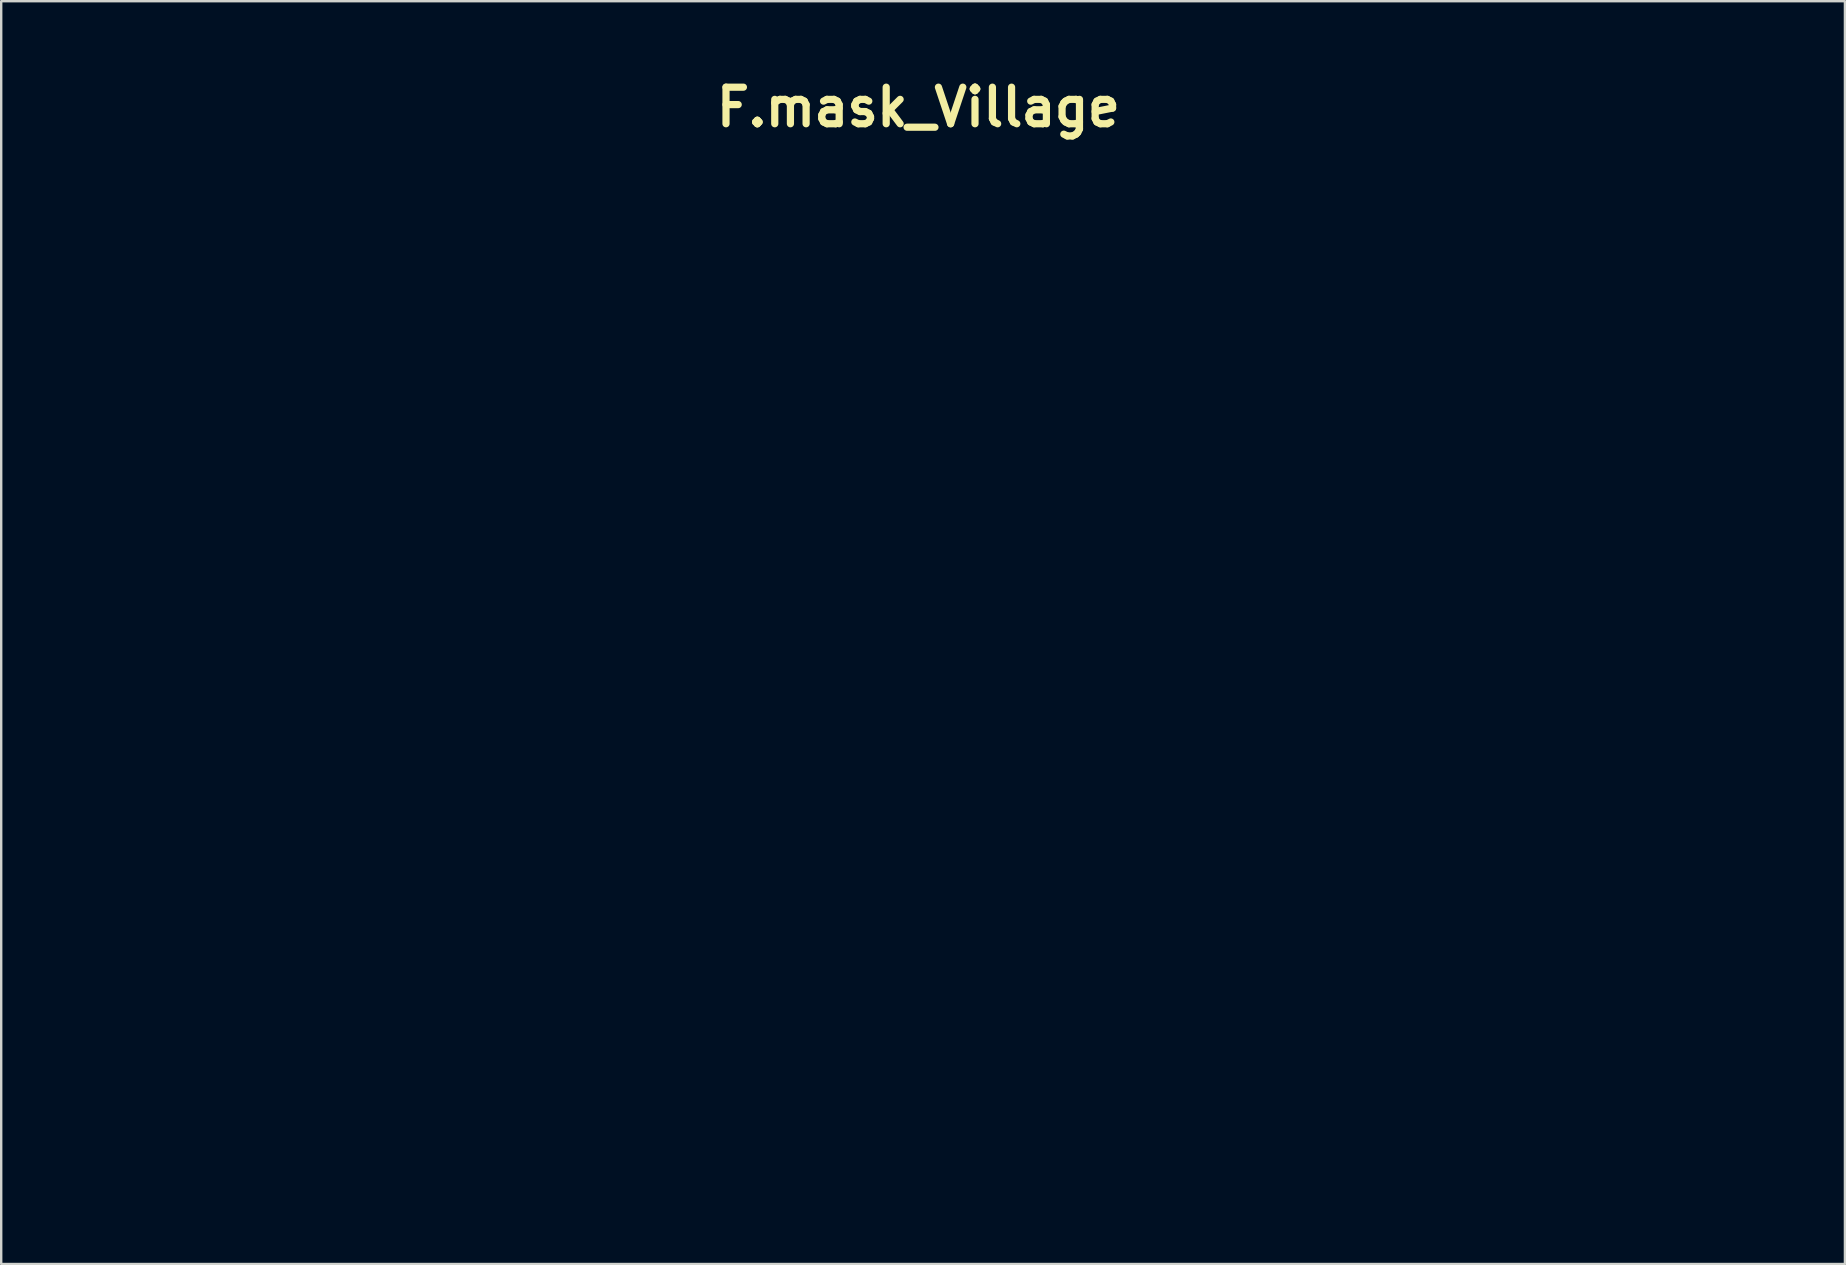
<source format=kicad_pcb>
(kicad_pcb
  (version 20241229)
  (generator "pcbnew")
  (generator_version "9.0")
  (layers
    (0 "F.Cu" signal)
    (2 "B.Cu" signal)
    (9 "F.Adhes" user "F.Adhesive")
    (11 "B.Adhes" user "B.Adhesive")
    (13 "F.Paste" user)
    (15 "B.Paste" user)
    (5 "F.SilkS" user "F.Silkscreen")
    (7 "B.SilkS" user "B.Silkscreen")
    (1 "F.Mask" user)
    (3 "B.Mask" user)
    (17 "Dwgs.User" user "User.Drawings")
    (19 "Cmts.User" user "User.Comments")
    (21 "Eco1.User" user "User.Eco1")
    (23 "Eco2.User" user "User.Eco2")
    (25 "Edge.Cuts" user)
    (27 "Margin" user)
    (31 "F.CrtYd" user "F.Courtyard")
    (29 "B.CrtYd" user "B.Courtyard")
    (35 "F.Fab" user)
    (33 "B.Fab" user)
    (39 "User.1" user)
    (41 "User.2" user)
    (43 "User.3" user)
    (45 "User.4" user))
  (footprint "F.mask_Village"
    (layer "F.Cu")
    (at 35.227 1.418)
    (property "Reference" "F.mask_Village" (at 0 0 0) (layer "F.SilkS") (effects (font (size 1.524 1.524) (thickness 0.3))))
    (attr through_hole)
    (fp_poly (pts (xy -6.829 36.513) (xy -6.72 36.535) (xy -6.612 36.577) (xy -6.593 36.586) (xy -6.505 36.637) (xy -6.404 36.71) (xy -6.302 36.793) (xy -6.211 36.876) (xy -6.146 36.949) (xy -6.122 36.981) (xy -6.105 37.011) (xy -6.095 37.047) (xy -6.089 37.097) (xy -6.086 37.169) (xy -6.086 37.271) (xy -6.086 37.326) (xy -6.087 37.456) (xy -6.091 37.555) (xy -6.099 37.634) (xy -6.113 37.703) (xy -6.133 37.774) (xy -6.133 37.776) (xy -6.206 37.946) (xy -6.307 38.085) (xy -6.436 38.194) (xy -6.595 38.271) (xy -6.638 38.285) (xy -6.814 38.328) (xy -6.978 38.342) (xy -7.123 38.332) (xy -7.317 38.288) (xy -7.485 38.211) (xy -7.627 38.101) (xy -7.745 37.957) (xy -7.805 37.851) (xy -7.84 37.777) (xy -7.863 37.719) (xy -7.876 37.664) (xy -7.882 37.598) (xy -7.884 37.508) (xy -7.884 37.465) (xy -7.884 37.364) (xy -7.88 37.291) (xy -7.87 37.234) (xy -7.851 37.178) (xy -7.82 37.109) (xy -7.796 37.061) (xy -7.694 36.89) (xy -7.572 36.744) (xy -7.438 36.632) (xy -7.399 36.607) (xy -7.326 36.572) (xy -7.239 36.547) (xy -7.124 36.527) (xy -7.098 36.523) (xy -6.95 36.51) (xy -6.829 36.513)) (stroke (width 0.01) (type solid)) (fill yes) (layer "F.Mask"))
    (fp_poly (pts (xy -7.932 38.646) (xy -7.856 38.653) (xy -7.763 38.667) (xy -7.644 38.688) (xy -7.494 38.716) (xy -7.44 38.727) (xy -7.173 38.769) (xy -6.908 38.791) (xy -6.655 38.794) (xy -6.425 38.776) (xy -6.375 38.769) (xy -6.199 38.744) (xy -6.062 38.732) (xy -5.964 38.734) (xy -5.905 38.749) (xy -5.897 38.754) (xy -5.874 38.791) (xy -5.856 38.85) (xy -5.852 38.869) (xy -5.849 38.909) (xy -5.853 38.947) (xy -5.867 38.99) (xy -5.896 39.048) (xy -5.943 39.129) (xy -5.975 39.185) (xy -6.077 39.369) (xy -6.148 39.534) (xy -6.194 39.69) (xy -6.216 39.845) (xy -6.216 39.846) (xy -6.218 39.898) (xy -6.218 39.988) (xy -6.216 40.109) (xy -6.213 40.257) (xy -6.209 40.427) (xy -6.204 40.614) (xy -6.198 40.813) (xy -6.193 40.957) (xy -6.184 41.186) (xy -6.177 41.377) (xy -6.17 41.533) (xy -6.164 41.658) (xy -6.158 41.755) (xy -6.152 41.829) (xy -6.146 41.882) (xy -6.139 41.919) (xy -6.132 41.943) (xy -6.123 41.957) (xy -6.122 41.959) (xy -6.089 41.986) (xy -6.029 42.028) (xy -5.95 42.078) (xy -5.884 42.117) (xy -5.793 42.173) (xy -5.708 42.23) (xy -5.641 42.28) (xy -5.612 42.306) (xy -5.568 42.354) (xy -5.549 42.394) (xy -5.549 42.449) (xy -5.552 42.477) (xy -5.567 42.55) (xy -5.599 42.603) (xy -5.633 42.635) (xy -5.696 42.676) (xy -5.763 42.704) (xy -5.776 42.707) (xy -5.832 42.711) (xy -5.924 42.712) (xy -6.043 42.71) (xy -6.183 42.704) (xy -6.335 42.695) (xy -6.494 42.683) (xy -6.651 42.669) (xy -6.731 42.661) (xy -6.868 42.647) (xy -7.028 42.633) (xy -7.188 42.619) (xy -7.324 42.608) (xy -7.631 42.585) (xy -7.885 42.652) (xy -8.052 42.69) (xy -8.209 42.716) (xy -8.349 42.729) (xy -8.464 42.728) (xy -8.549 42.713) (xy -8.564 42.707) (xy -8.63 42.656) (xy -8.666 42.584) (xy -8.671 42.497) (xy -8.645 42.407) (xy -8.589 42.321) (xy -8.497 42.237) (xy -8.394 42.187) (xy -8.268 42.165) (xy -8.219 42.164) (xy -8.098 42.155) (xy -8.013 42.127) (xy -7.959 42.079) (xy -7.932 42.007) (xy -7.931 42.002) (xy -7.914 41.871) (xy -7.898 41.703) (xy -7.882 41.508) (xy -7.868 41.29) (xy -7.856 41.058) (xy -7.846 40.818) (xy -7.838 40.576) (xy -7.833 40.341) (xy -7.831 40.118) (xy -7.831 40.07) (xy -7.832 39.916) (xy -7.833 39.798) (xy -7.837 39.71) (xy -7.842 39.645) (xy -7.85 39.596) (xy -7.861 39.558) (xy -7.871 39.532) (xy -7.935 39.428) (xy -8.023 39.347) (xy -8.142 39.286) (xy -8.29 39.242) (xy -8.409 39.204) (xy -8.507 39.15) (xy -8.578 39.084) (xy -8.618 39.012) (xy -8.622 38.939) (xy -8.616 38.918) (xy -8.564 38.838) (xy -8.477 38.768) (xy -8.36 38.71) (xy -8.219 38.669) (xy -8.127 38.654) (xy -8.06 38.647) (xy -7.998 38.644) (xy -7.932 38.646)) (stroke (width 0.01) (type solid)) (fill yes) (layer "F.Mask"))
    (fp_poly (pts (xy -0.981 36.345) (xy -0.88 36.351) (xy -0.756 36.36) (xy -0.618 36.371) (xy -0.475 36.384) (xy -0.466 36.385) (xy -0.21 36.406) (xy 0.056 36.419) (xy 0.322 36.426) (xy 0.579 36.426) (xy 0.818 36.418) (xy 1.028 36.404) (xy 1.101 36.396) (xy 1.217 36.384) (xy 1.333 36.373) (xy 1.434 36.367) (xy 1.499 36.365) (xy 1.576 36.367) (xy 1.626 36.376) (xy 1.665 36.398) (xy 1.695 36.426) (xy 1.744 36.502) (xy 1.757 36.589) (xy 1.736 36.682) (xy 1.685 36.775) (xy 1.606 36.861) (xy 1.502 36.935) (xy 1.48 36.947) (xy 1.382 36.997) (xy 1.371 39.586) (xy 1.369 39.997) (xy 1.368 40.367) (xy 1.367 40.698) (xy 1.366 40.991) (xy 1.366 41.248) (xy 1.366 41.47) (xy 1.367 41.659) (xy 1.369 41.817) (xy 1.37 41.945) (xy 1.372 42.044) (xy 1.375 42.117) (xy 1.378 42.164) (xy 1.382 42.187) (xy 1.383 42.19) (xy 1.415 42.204) (xy 1.474 42.227) (xy 1.545 42.251) (xy 1.712 42.314) (xy 1.837 42.379) (xy 1.922 42.446) (xy 1.969 42.519) (xy 1.978 42.596) (xy 1.961 42.657) (xy 1.9 42.752) (xy 1.812 42.817) (xy 1.697 42.85) (xy 1.556 42.851) (xy 1.391 42.82) (xy 1.363 42.812) (xy 1.227 42.779) (xy 1.071 42.753) (xy 0.89 42.735) (xy 0.682 42.723) (xy 0.441 42.717) (xy 0.164 42.718) (xy 0.074 42.719) (xy -0.103 42.723) (xy -0.244 42.727) (xy -0.356 42.731) (xy -0.445 42.737) (xy -0.517 42.745) (xy -0.579 42.754) (xy -0.637 42.767) (xy -0.677 42.777) (xy -0.87 42.815) (xy -1.047 42.823) (xy -1.203 42.802) (xy -1.243 42.79) (xy -1.357 42.742) (xy -1.429 42.687) (xy -1.46 42.625) (xy -1.449 42.554) (xy -1.398 42.475) (xy -1.394 42.471) (xy -1.336 42.414) (xy -1.268 42.364) (xy -1.18 42.317) (xy -1.067 42.271) (xy -0.921 42.22) (xy -0.903 42.214) (xy -0.79 42.176) (xy -0.71 42.144) (xy -0.655 42.11) (xy -0.619 42.068) (xy -0.594 42.009) (xy -0.572 41.928) (xy -0.562 41.884) (xy -0.549 41.822) (xy -0.537 41.754) (xy -0.527 41.676) (xy -0.518 41.587) (xy -0.51 41.483) (xy -0.503 41.362) (xy -0.498 41.221) (xy -0.493 41.058) (xy -0.489 40.869) (xy -0.486 40.653) (xy -0.484 40.406) (xy -0.482 40.125) (xy -0.481 39.809) (xy -0.48 39.454) (xy -0.479 39.328) (xy -0.476 37.476) (xy -0.525 37.321) (xy -0.571 37.203) (xy -0.624 37.113) (xy -0.642 37.091) (xy -0.672 37.061) (xy -0.701 37.038) (xy -0.74 37.021) (xy -0.794 37.005) (xy -0.874 36.988) (xy -0.987 36.968) (xy -0.995 36.966) (xy -1.156 36.936) (xy -1.28 36.907) (xy -1.376 36.878) (xy -1.449 36.846) (xy -1.507 36.81) (xy -1.514 36.805) (xy -1.576 36.737) (xy -1.6 36.665) (xy -1.589 36.593) (xy -1.547 36.524) (xy -1.477 36.461) (xy -1.383 36.409) (xy -1.268 36.369) (xy -1.135 36.347) (xy -1.049 36.343) (xy -0.981 36.345)) (stroke (width 0.01) (type solid)) (fill yes) (layer "F.Mask"))
    (fp_poly (pts (xy -4.613 36.351) (xy -4.486 36.358) (xy -4.344 36.367) (xy -4.196 36.379) (xy -4.15 36.384) (xy -3.849 36.407) (xy -3.546 36.421) (xy -3.251 36.427) (xy -2.974 36.423) (xy -2.722 36.41) (xy -2.572 36.396) (xy -2.388 36.378) (xy -2.243 36.368) (xy -2.13 36.369) (xy -2.047 36.382) (xy -1.989 36.407) (xy -1.953 36.447) (xy -1.933 36.501) (xy -1.927 36.571) (xy -1.927 36.577) (xy -1.946 36.692) (xy -2.005 36.796) (xy -2.098 36.885) (xy -2.166 36.926) (xy -2.23 36.962) (xy -2.267 36.991) (xy -2.285 37.025) (xy -2.295 37.078) (xy -2.297 37.094) (xy -2.298 37.129) (xy -2.3 37.203) (xy -2.301 37.314) (xy -2.302 37.459) (xy -2.303 37.636) (xy -2.303 37.841) (xy -2.304 38.071) (xy -2.304 38.325) (xy -2.304 38.599) (xy -2.304 38.89) (xy -2.304 39.197) (xy -2.303 39.515) (xy -2.303 39.695) (xy -2.297 42.19) (xy -2.095 42.267) (xy -1.969 42.317) (xy -1.876 42.358) (xy -1.81 42.393) (xy -1.766 42.427) (xy -1.736 42.462) (xy -1.725 42.481) (xy -1.697 42.565) (xy -1.706 42.642) (xy -1.755 42.719) (xy -1.76 42.725) (xy -1.835 42.796) (xy -1.916 42.841) (xy -2.011 42.86) (xy -2.125 42.854) (xy -2.266 42.826) (xy -2.32 42.811) (xy -2.462 42.777) (xy -2.624 42.752) (xy -2.81 42.733) (xy -3.026 42.722) (xy -3.274 42.717) (xy -3.56 42.719) (xy -3.598 42.72) (xy -3.792 42.725) (xy -3.949 42.73) (xy -4.074 42.737) (xy -4.173 42.745) (xy -4.251 42.755) (xy -4.307 42.766) (xy -4.489 42.804) (xy -4.64 42.823) (xy -4.77 42.822) (xy -4.887 42.801) (xy -4.997 42.76) (xy -5.012 42.754) (xy -5.093 42.701) (xy -5.134 42.642) (xy -5.133 42.573) (xy -5.092 42.493) (xy -5.067 42.461) (xy -5.009 42.407) (xy -4.926 42.354) (xy -4.813 42.3) (xy -4.666 42.243) (xy -4.561 42.207) (xy -4.46 42.173) (xy -4.392 42.147) (xy -4.347 42.123) (xy -4.319 42.099) (xy -4.299 42.069) (xy -4.29 42.052) (xy -4.269 42.003) (xy -4.25 41.945) (xy -4.234 41.876) (xy -4.219 41.791) (xy -4.206 41.69) (xy -4.194 41.571) (xy -4.184 41.43) (xy -4.176 41.265) (xy -4.168 41.075) (xy -4.162 40.857) (xy -4.157 40.608) (xy -4.153 40.327) (xy -4.15 40.011) (xy -4.147 39.658) (xy -4.145 39.265) (xy -4.145 39.169) (xy -4.144 38.868) (xy -4.143 38.606) (xy -4.143 38.38) (xy -4.142 38.188) (xy -4.143 38.025) (xy -4.143 37.89) (xy -4.145 37.778) (xy -4.147 37.688) (xy -4.149 37.615) (xy -4.153 37.556) (xy -4.157 37.51) (xy -4.162 37.472) (xy -4.169 37.439) (xy -4.176 37.409) (xy -4.184 37.378) (xy -4.186 37.373) (xy -4.236 37.224) (xy -4.29 37.116) (xy -4.349 37.05) (xy -4.367 37.038) (xy -4.403 37.026) (xy -4.473 37.008) (xy -4.566 36.987) (xy -4.675 36.965) (xy -4.721 36.956) (xy -4.896 36.92) (xy -5.032 36.883) (xy -5.134 36.843) (xy -5.205 36.797) (xy -5.248 36.745) (xy -5.268 36.683) (xy -5.271 36.647) (xy -5.25 36.566) (xy -5.193 36.493) (xy -5.105 36.431) (xy -4.99 36.384) (xy -4.853 36.355) (xy -4.784 36.348) (xy -4.715 36.348) (xy -4.613 36.351)) (stroke (width 0.01) (type solid)) (fill yes) (layer "F.Mask"))
    (fp_poly (pts (xy 14.681 38.616) (xy 14.998 38.644) (xy 15.282 38.696) (xy 15.532 38.774) (xy 15.749 38.878) (xy 15.934 39.008) (xy 16.086 39.163) (xy 16.206 39.344) (xy 16.231 39.394) (xy 16.306 39.573) (xy 16.356 39.741) (xy 16.378 39.89) (xy 16.376 39.978) (xy 16.346 40.105) (xy 16.285 40.243) (xy 16.197 40.385) (xy 16.091 40.522) (xy 15.971 40.647) (xy 15.844 40.752) (xy 15.715 40.829) (xy 15.712 40.83) (xy 15.61 40.865) (xy 15.479 40.891) (xy 15.334 40.905) (xy 15.186 40.908) (xy 15.051 40.897) (xy 15.044 40.896) (xy 14.843 40.852) (xy 14.679 40.79) (xy 14.551 40.708) (xy 14.461 40.608) (xy 14.408 40.489) (xy 14.393 40.369) (xy 14.397 40.299) (xy 14.411 40.259) (xy 14.434 40.239) (xy 14.482 40.221) (xy 14.535 40.221) (xy 14.603 40.242) (xy 14.694 40.284) (xy 14.708 40.291) (xy 14.813 40.341) (xy 14.892 40.37) (xy 14.954 40.379) (xy 15.01 40.369) (xy 15.07 40.341) (xy 15.077 40.337) (xy 15.195 40.256) (xy 15.3 40.163) (xy 15.384 40.064) (xy 15.443 39.967) (xy 15.471 39.878) (xy 15.473 39.855) (xy 15.464 39.808) (xy 15.441 39.741) (xy 15.418 39.688) (xy 15.335 39.548) (xy 15.232 39.446) (xy 15.112 39.382) (xy 14.976 39.356) (xy 14.827 39.37) (xy 14.684 39.417) (xy 14.575 39.484) (xy 14.467 39.586) (xy 14.366 39.717) (xy 14.277 39.87) (xy 14.203 40.039) (xy 14.167 40.154) (xy 14.15 40.225) (xy 14.139 40.305) (xy 14.133 40.403) (xy 14.13 40.529) (xy 14.13 40.619) (xy 14.132 40.751) (xy 14.135 40.852) (xy 14.142 40.931) (xy 14.153 41.001) (xy 14.17 41.072) (xy 14.189 41.137) (xy 14.24 41.288) (xy 14.302 41.439) (xy 14.369 41.579) (xy 14.436 41.698) (xy 14.491 41.777) (xy 14.578 41.863) (xy 14.684 41.932) (xy 14.821 41.99) (xy 14.893 42.013) (xy 15.161 42.073) (xy 15.446 42.099) (xy 15.518 42.1) (xy 15.609 42.099) (xy 15.672 42.094) (xy 15.719 42.08) (xy 15.765 42.056) (xy 15.802 42.032) (xy 15.865 41.982) (xy 15.919 41.919) (xy 15.975 41.832) (xy 15.996 41.794) (xy 16.072 41.668) (xy 16.143 41.572) (xy 16.206 41.511) (xy 16.26 41.487) (xy 16.265 41.487) (xy 16.342 41.507) (xy 16.412 41.56) (xy 16.467 41.639) (xy 16.48 41.667) (xy 16.502 41.736) (xy 16.506 41.791) (xy 16.493 41.857) (xy 16.491 41.865) (xy 16.449 41.976) (xy 16.381 42.088) (xy 16.282 42.209) (xy 16.176 42.316) (xy 15.964 42.497) (xy 15.747 42.639) (xy 15.519 42.745) (xy 15.273 42.819) (xy 15.004 42.862) (xy 14.705 42.88) (xy 14.4 42.868) (xy 14.318 42.86) (xy 13.999 42.806) (xy 13.695 42.715) (xy 13.409 42.587) (xy 13.145 42.424) (xy 12.904 42.226) (xy 12.893 42.216) (xy 12.709 42.022) (xy 12.555 41.815) (xy 12.422 41.583) (xy 12.393 41.525) (xy 12.328 41.381) (xy 12.282 41.254) (xy 12.252 41.132) (xy 12.235 41) (xy 12.229 40.846) (xy 12.228 40.767) (xy 12.248 40.447) (xy 12.304 40.145) (xy 12.396 39.865) (xy 12.525 39.605) (xy 12.689 39.368) (xy 12.802 39.238) (xy 12.996 39.056) (xy 13.198 38.909) (xy 13.416 38.794) (xy 13.659 38.705) (xy 13.756 38.678) (xy 13.845 38.657) (xy 13.931 38.641) (xy 14.025 38.63) (xy 14.136 38.622) (xy 14.277 38.616) (xy 14.33 38.614) (xy 14.681 38.616)) (stroke (width 0.01) (type solid)) (fill yes) (layer "F.Mask"))
    (fp_poly (pts (xy 22.011 27.888) (xy 22.121 27.921) (xy 22.203 27.972) (xy 22.252 28.037) (xy 22.268 28.113) (xy 22.246 28.197) (xy 22.201 28.264) (xy 22.147 28.319) (xy 22.062 28.387) (xy 21.955 28.464) (xy 21.833 28.545) (xy 21.704 28.625) (xy 21.627 28.668) (xy 21.557 28.709) (xy 21.503 28.744) (xy 21.473 28.766) (xy 21.472 28.769) (xy 21.468 28.795) (xy 21.465 28.859) (xy 21.462 28.959) (xy 21.459 29.09) (xy 21.456 29.249) (xy 21.453 29.432) (xy 21.45 29.636) (xy 21.448 29.857) (xy 21.445 30.092) (xy 21.443 30.336) (xy 21.441 30.587) (xy 21.44 30.84) (xy 21.438 31.093) (xy 21.437 31.341) (xy 21.437 31.58) (xy 21.436 31.808) (xy 21.436 32.021) (xy 21.436 32.214) (xy 21.437 32.385) (xy 21.438 32.53) (xy 21.44 32.645) (xy 21.442 32.726) (xy 21.445 32.771) (xy 21.446 32.775) (xy 21.476 32.863) (xy 21.519 32.931) (xy 21.524 32.936) (xy 21.553 32.962) (xy 21.586 32.979) (xy 21.631 32.99) (xy 21.7 32.998) (xy 21.799 33.005) (xy 21.96 33.022) (xy 22.083 33.053) (xy 22.173 33.097) (xy 22.234 33.158) (xy 22.236 33.161) (xy 22.258 33.21) (xy 22.28 33.284) (xy 22.294 33.351) (xy 22.305 33.455) (xy 22.296 33.527) (xy 22.265 33.575) (xy 22.208 33.605) (xy 22.189 33.611) (xy 22.109 33.625) (xy 22.002 33.63) (xy 21.882 33.628) (xy 21.765 33.619) (xy 21.706 33.61) (xy 21.561 33.588) (xy 21.381 33.566) (xy 21.174 33.544) (xy 20.948 33.523) (xy 20.71 33.505) (xy 20.578 33.496) (xy 20.424 33.486) (xy 20.304 33.48) (xy 20.206 33.476) (xy 20.121 33.476) (xy 20.041 33.48) (xy 19.954 33.488) (xy 19.852 33.5) (xy 19.725 33.517) (xy 19.7 33.52) (xy 19.439 33.552) (xy 19.215 33.571) (xy 19.028 33.579) (xy 18.88 33.574) (xy 18.772 33.556) (xy 18.722 33.539) (xy 18.641 33.483) (xy 18.602 33.418) (xy 18.603 33.341) (xy 18.614 33.308) (xy 18.652 33.249) (xy 18.718 33.199) (xy 18.814 33.156) (xy 18.944 33.117) (xy 19.103 33.083) (xy 19.259 33.05) (xy 19.379 33.014) (xy 19.469 32.972) (xy 19.535 32.922) (xy 19.567 32.886) (xy 19.575 32.877) (xy 19.582 32.87) (xy 19.588 32.862) (xy 19.593 32.852) (xy 19.598 32.837) (xy 19.601 32.813) (xy 19.604 32.78) (xy 19.607 32.733) (xy 19.608 32.672) (xy 19.609 32.593) (xy 19.609 32.493) (xy 19.609 32.371) (xy 19.608 32.223) (xy 19.607 32.048) (xy 19.605 31.843) (xy 19.603 31.604) (xy 19.6 31.331) (xy 19.597 31.02) (xy 19.594 30.723) (xy 19.591 30.438) (xy 19.588 30.166) (xy 19.584 29.911) (xy 19.58 29.677) (xy 19.576 29.466) (xy 19.572 29.281) (xy 19.568 29.126) (xy 19.563 29.003) (xy 19.559 28.917) (xy 19.556 28.869) (xy 19.555 28.868) (xy 19.519 28.727) (xy 19.46 28.613) (xy 19.381 28.53) (xy 19.333 28.501) (xy 19.277 28.482) (xy 19.191 28.463) (xy 19.088 28.445) (xy 19.013 28.435) (xy 18.868 28.414) (xy 18.76 28.39) (xy 18.684 28.359) (xy 18.634 28.318) (xy 18.604 28.265) (xy 18.593 28.225) (xy 18.593 28.145) (xy 18.626 28.074) (xy 18.696 28.011) (xy 18.787 27.959) (xy 18.856 27.927) (xy 18.915 27.906) (xy 18.979 27.893) (xy 19.061 27.886) (xy 19.152 27.882) (xy 19.229 27.88) (xy 19.307 27.881) (xy 19.394 27.887) (xy 19.495 27.896) (xy 19.618 27.911) (xy 19.768 27.931) (xy 19.953 27.957) (xy 19.992 27.963) (xy 20.221 27.996) (xy 20.414 28.021) (xy 20.578 28.039) (xy 20.719 28.05) (xy 20.843 28.054) (xy 20.956 28.05) (xy 21.065 28.039) (xy 21.175 28.021) (xy 21.293 27.996) (xy 21.419 27.965) (xy 21.543 27.935) (xy 21.662 27.909) (xy 21.765 27.89) (xy 21.843 27.879) (xy 21.874 27.877) (xy 22.011 27.888)) (stroke (width 0.01) (type solid)) (fill yes) (layer "F.Mask"))
    (fp_poly (pts (xy 5.071 38.587) (xy 5.353 38.618) (xy 5.598 38.667) (xy 5.809 38.733) (xy 5.988 38.818) (xy 6.137 38.923) (xy 6.26 39.049) (xy 6.271 39.064) (xy 6.364 39.204) (xy 6.458 39.382) (xy 6.55 39.593) (xy 6.641 39.833) (xy 6.727 40.097) (xy 6.807 40.381) (xy 6.881 40.68) (xy 6.947 40.989) (xy 7.003 41.304) (xy 7.009 41.342) (xy 7.08 41.8) (xy 7.154 41.761) (xy 7.202 41.729) (xy 7.267 41.675) (xy 7.339 41.608) (xy 7.373 41.573) (xy 7.444 41.503) (xy 7.505 41.452) (xy 7.548 41.426) (xy 7.559 41.423) (xy 7.633 41.441) (xy 7.685 41.491) (xy 7.711 41.568) (xy 7.709 41.665) (xy 7.704 41.691) (xy 7.672 41.791) (xy 7.621 41.906) (xy 7.559 42.022) (xy 7.493 42.121) (xy 7.459 42.164) (xy 7.366 42.253) (xy 7.241 42.351) (xy 7.094 42.451) (xy 6.933 42.549) (xy 6.91 42.561) (xy 6.811 42.614) (xy 6.73 42.649) (xy 6.652 42.672) (xy 6.561 42.688) (xy 6.527 42.693) (xy 6.403 42.705) (xy 6.255 42.711) (xy 6.1 42.71) (xy 6.062 42.709) (xy 5.934 42.702) (xy 5.835 42.693) (xy 5.752 42.678) (xy 5.672 42.657) (xy 5.62 42.64) (xy 5.534 42.607) (xy 5.462 42.569) (xy 5.396 42.521) (xy 5.328 42.456) (xy 5.248 42.366) (xy 5.196 42.304) (xy 5.111 42.2) (xy 4.962 42.296) (xy 4.657 42.472) (xy 4.357 42.607) (xy 4.061 42.701) (xy 3.768 42.754) (xy 3.478 42.766) (xy 3.325 42.755) (xy 3.082 42.711) (xy 2.86 42.63) (xy 2.661 42.513) (xy 2.486 42.361) (xy 2.336 42.176) (xy 2.225 41.984) (xy 2.148 41.808) (xy 2.098 41.641) (xy 2.068 41.463) (xy 2.06 41.37) (xy 2.065 41.14) (xy 4.028 41.14) (xy 4.041 41.302) (xy 4.077 41.46) (xy 4.133 41.603) (xy 4.21 41.723) (xy 4.257 41.772) (xy 4.321 41.823) (xy 4.387 41.855) (xy 4.465 41.871) (xy 4.564 41.872) (xy 4.673 41.864) (xy 4.767 41.851) (xy 4.849 41.83) (xy 4.895 41.81) (xy 4.942 41.774) (xy 4.976 41.722) (xy 4.999 41.648) (xy 5.013 41.547) (xy 5.02 41.413) (xy 5.021 41.349) (xy 5.018 41.175) (xy 5.003 41.035) (xy 4.975 40.922) (xy 4.93 40.826) (xy 4.867 40.743) (xy 4.848 40.722) (xy 4.755 40.644) (xy 4.654 40.597) (xy 4.535 40.58) (xy 4.43 40.584) (xy 4.304 40.605) (xy 4.21 40.645) (xy 4.142 40.705) (xy 4.132 40.719) (xy 4.072 40.839) (xy 4.038 40.983) (xy 4.028 41.14) (xy 2.065 41.14) (xy 2.065 41.131) (xy 2.11 40.895) (xy 2.193 40.666) (xy 2.312 40.448) (xy 2.464 40.248) (xy 2.647 40.069) (xy 2.658 40.06) (xy 2.797 39.955) (xy 2.928 39.878) (xy 3.066 39.822) (xy 3.166 39.793) (xy 3.303 39.765) (xy 3.439 39.751) (xy 3.583 39.754) (xy 3.74 39.772) (xy 3.916 39.808) (xy 4.117 39.862) (xy 4.336 39.929) (xy 4.455 39.967) (xy 4.56 39.999) (xy 4.645 40.025) (xy 4.702 40.042) (xy 4.726 40.047) (xy 4.737 40.029) (xy 4.737 39.981) (xy 4.727 39.915) (xy 4.708 39.839) (xy 4.682 39.766) (xy 4.678 39.756) (xy 4.598 39.617) (xy 4.496 39.505) (xy 4.377 39.424) (xy 4.248 39.379) (xy 4.163 39.37) (xy 4.093 39.373) (xy 4.02 39.384) (xy 3.934 39.404) (xy 3.83 39.435) (xy 3.698 39.48) (xy 3.61 39.511) (xy 3.511 39.546) (xy 3.423 39.575) (xy 3.356 39.595) (xy 3.32 39.603) (xy 3.318 39.603) (xy 3.26 39.584) (xy 3.213 39.533) (xy 3.179 39.46) (xy 3.163 39.376) (xy 3.168 39.29) (xy 3.187 39.233) (xy 3.253 39.137) (xy 3.361 39.043) (xy 3.508 38.95) (xy 3.694 38.861) (xy 3.916 38.776) (xy 4.173 38.696) (xy 4.263 38.671) (xy 4.449 38.626) (xy 4.61 38.596) (xy 4.76 38.581) (xy 4.915 38.579) (xy 5.071 38.587)) (stroke (width 0.01) (type solid)) (fill yes) (layer "F.Mask"))
    (fp_poly (pts (xy 27.151 27.801) (xy 27.224 27.835) (xy 27.271 27.875) (xy 27.337 27.941) (xy 27.35 28.39) (xy 27.355 28.545) (xy 27.36 28.667) (xy 27.365 28.762) (xy 27.374 28.84) (xy 27.385 28.909) (xy 27.402 28.977) (xy 27.425 29.052) (xy 27.455 29.142) (xy 27.474 29.199) (xy 27.528 29.363) (xy 27.566 29.492) (xy 27.587 29.592) (xy 27.591 29.669) (xy 27.58 29.726) (xy 27.552 29.77) (xy 27.507 29.805) (xy 27.476 29.823) (xy 27.376 29.86) (xy 27.29 29.859) (xy 27.212 29.82) (xy 27.2 29.811) (xy 27.148 29.75) (xy 27.089 29.653) (xy 27.028 29.527) (xy 26.966 29.377) (xy 26.907 29.208) (xy 26.891 29.157) (xy 26.842 29.006) (xy 26.795 28.888) (xy 26.748 28.796) (xy 26.695 28.721) (xy 26.633 28.657) (xy 26.628 28.652) (xy 26.534 28.585) (xy 26.442 28.559) (xy 26.346 28.574) (xy 26.29 28.598) (xy 26.227 28.639) (xy 26.179 28.692) (xy 26.133 28.77) (xy 26.131 28.775) (xy 26.067 28.9) (xy 26.059 29.558) (xy 26.058 29.701) (xy 26.058 29.881) (xy 26.058 30.091) (xy 26.058 30.324) (xy 26.059 30.575) (xy 26.061 30.836) (xy 26.063 31.103) (xy 26.065 31.368) (xy 26.067 31.572) (xy 26.082 32.928) (xy 26.487 33.052) (xy 26.613 33.091) (xy 26.727 33.128) (xy 26.821 33.161) (xy 26.89 33.187) (xy 26.925 33.203) (xy 26.927 33.205) (xy 26.965 33.263) (xy 26.975 33.339) (xy 26.958 33.422) (xy 26.916 33.501) (xy 26.886 33.534) (xy 26.806 33.585) (xy 26.714 33.612) (xy 26.652 33.623) (xy 26.601 33.629) (xy 26.55 33.629) (xy 26.484 33.624) (xy 26.391 33.614) (xy 26.374 33.612) (xy 26.094 33.578) (xy 25.851 33.55) (xy 25.642 33.526) (xy 25.462 33.507) (xy 25.306 33.493) (xy 25.171 33.482) (xy 25.051 33.476) (xy 24.943 33.474) (xy 24.842 33.475) (xy 24.744 33.479) (xy 24.645 33.487) (xy 24.539 33.498) (xy 24.424 33.511) (xy 24.375 33.517) (xy 24.2 33.538) (xy 24.055 33.553) (xy 23.93 33.563) (xy 23.812 33.568) (xy 23.691 33.568) (xy 23.56 33.566) (xy 23.424 33.562) (xy 23.322 33.557) (xy 23.246 33.55) (xy 23.189 33.54) (xy 23.143 33.526) (xy 23.11 33.513) (xy 23.047 33.479) (xy 23.011 33.443) (xy 22.989 33.39) (xy 22.989 33.387) (xy 22.971 33.311) (xy 22.969 33.259) (xy 22.984 33.216) (xy 22.998 33.196) (xy 23.043 33.156) (xy 23.121 33.122) (xy 23.236 33.091) (xy 23.389 33.064) (xy 23.471 33.052) (xy 23.613 33.032) (xy 23.72 33.013) (xy 23.802 32.994) (xy 23.866 32.972) (xy 23.92 32.945) (xy 23.931 32.938) (xy 23.996 32.898) (xy 24.01 32.625) (xy 24.013 32.555) (xy 24.015 32.447) (xy 24.017 32.306) (xy 24.019 32.136) (xy 24.021 31.943) (xy 24.022 31.73) (xy 24.023 31.503) (xy 24.024 31.266) (xy 24.024 31.032) (xy 24.023 30.618) (xy 24.02 30.246) (xy 24.015 29.915) (xy 24.007 29.624) (xy 23.998 29.373) (xy 23.986 29.162) (xy 23.972 28.99) (xy 23.956 28.857) (xy 23.937 28.761) (xy 23.936 28.757) (xy 23.894 28.664) (xy 23.827 28.594) (xy 23.743 28.55) (xy 23.652 28.538) (xy 23.563 28.562) (xy 23.562 28.562) (xy 23.505 28.609) (xy 23.437 28.693) (xy 23.361 28.811) (xy 23.28 28.959) (xy 23.194 29.134) (xy 23.181 29.163) (xy 23.104 29.329) (xy 23.037 29.46) (xy 22.976 29.562) (xy 22.919 29.642) (xy 22.861 29.704) (xy 22.845 29.719) (xy 22.793 29.76) (xy 22.75 29.776) (xy 22.693 29.775) (xy 22.672 29.772) (xy 22.575 29.75) (xy 22.508 29.714) (xy 22.472 29.661) (xy 22.465 29.587) (xy 22.485 29.488) (xy 22.534 29.36) (xy 22.561 29.3) (xy 22.607 29.198) (xy 22.638 29.121) (xy 22.657 29.054) (xy 22.669 28.985) (xy 22.676 28.899) (xy 22.678 28.861) (xy 22.694 28.656) (xy 22.717 28.485) (xy 22.748 28.34) (xy 22.789 28.212) (xy 22.843 28.093) (xy 22.843 28.092) (xy 22.9 27.986) (xy 22.947 27.913) (xy 22.992 27.866) (xy 23.042 27.839) (xy 23.106 27.828) (xy 23.192 27.825) (xy 23.194 27.825) (xy 23.282 27.826) (xy 23.343 27.833) (xy 23.394 27.851) (xy 23.45 27.883) (xy 23.465 27.892) (xy 23.573 27.961) (xy 26.667 27.961) (xy 26.843 27.875) (xy 26.968 27.822) (xy 27.068 27.797) (xy 27.151 27.801)) (stroke (width 0.01) (type solid)) (fill yes) (layer "F.Mask"))
    (fp_poly (pts (xy 15.982 27.856) (xy 16.119 27.856) (xy 16.235 27.859) (xy 16.338 27.865) (xy 16.433 27.876) (xy 16.528 27.891) (xy 16.629 27.913) (xy 16.741 27.943) (xy 16.872 27.981) (xy 17.028 28.029) (xy 17.215 28.088) (xy 17.307 28.118) (xy 17.341 28.119) (xy 17.383 28.099) (xy 17.442 28.054) (xy 17.461 28.037) (xy 17.563 27.953) (xy 17.651 27.901) (xy 17.734 27.874) (xy 17.794 27.868) (xy 17.874 27.878) (xy 17.947 27.915) (xy 18.022 27.984) (xy 18.07 28.043) (xy 18.111 28.103) (xy 18.138 28.161) (xy 18.152 28.226) (xy 18.152 28.305) (xy 18.139 28.407) (xy 18.115 28.54) (xy 18.108 28.573) (xy 18.091 28.664) (xy 18.077 28.747) (xy 18.065 28.831) (xy 18.056 28.921) (xy 18.049 29.026) (xy 18.043 29.153) (xy 18.037 29.308) (xy 18.032 29.475) (xy 18.027 29.635) (xy 18.022 29.785) (xy 18.016 29.918) (xy 18.011 30.027) (xy 18.006 30.108) (xy 18.002 30.154) (xy 18.002 30.158) (xy 17.966 30.247) (xy 17.899 30.323) (xy 17.811 30.379) (xy 17.713 30.408) (xy 17.625 30.405) (xy 17.508 30.364) (xy 17.407 30.301) (xy 17.33 30.221) (xy 17.285 30.131) (xy 17.283 30.121) (xy 17.28 30.079) (xy 17.292 30.024) (xy 17.32 29.949) (xy 17.355 29.87) (xy 17.397 29.774) (xy 17.423 29.701) (xy 17.436 29.636) (xy 17.441 29.564) (xy 17.441 29.535) (xy 17.422 29.33) (xy 17.365 29.122) (xy 17.325 29.024) (xy 17.265 28.923) (xy 17.179 28.816) (xy 17.079 28.716) (xy 16.977 28.636) (xy 16.935 28.61) (xy 16.796 28.55) (xy 16.631 28.504) (xy 16.457 28.476) (xy 16.326 28.469) (xy 16.169 28.48) (xy 16.023 28.513) (xy 15.882 28.573) (xy 15.739 28.662) (xy 15.588 28.783) (xy 15.471 28.892) (xy 15.374 28.992) (xy 15.293 29.088) (xy 15.225 29.186) (xy 15.167 29.293) (xy 15.117 29.415) (xy 15.071 29.558) (xy 15.027 29.728) (xy 14.982 29.931) (xy 14.961 30.035) (xy 14.948 30.103) (xy 14.937 30.166) (xy 14.929 30.229) (xy 14.923 30.298) (xy 14.918 30.379) (xy 14.915 30.478) (xy 14.913 30.6) (xy 14.912 30.75) (xy 14.912 30.934) (xy 14.912 31.03) (xy 14.912 31.251) (xy 14.914 31.435) (xy 14.917 31.586) (xy 14.923 31.712) (xy 14.932 31.816) (xy 14.945 31.904) (xy 14.962 31.982) (xy 14.985 32.054) (xy 15.014 32.127) (xy 15.05 32.204) (xy 15.076 32.258) (xy 15.121 32.345) (xy 15.169 32.419) (xy 15.228 32.493) (xy 15.305 32.577) (xy 15.366 32.639) (xy 15.533 32.792) (xy 15.695 32.911) (xy 15.862 33.002) (xy 16.044 33.07) (xy 16.233 33.116) (xy 16.421 33.141) (xy 16.616 33.141) (xy 16.802 33.119) (xy 16.933 33.085) (xy 17.116 33.015) (xy 17.278 32.938) (xy 17.415 32.856) (xy 17.525 32.771) (xy 17.603 32.687) (xy 17.646 32.606) (xy 17.653 32.561) (xy 17.637 32.529) (xy 17.598 32.48) (xy 17.542 32.425) (xy 17.538 32.422) (xy 17.442 32.32) (xy 17.37 32.209) (xy 17.325 32.094) (xy 17.31 31.985) (xy 17.327 31.888) (xy 17.348 31.845) (xy 17.397 31.792) (xy 17.474 31.732) (xy 17.566 31.673) (xy 17.661 31.623) (xy 17.743 31.592) (xy 17.878 31.573) (xy 18.015 31.595) (xy 18.15 31.656) (xy 18.28 31.756) (xy 18.338 31.815) (xy 18.425 31.937) (xy 18.474 32.067) (xy 18.486 32.209) (xy 18.46 32.366) (xy 18.396 32.539) (xy 18.373 32.589) (xy 18.272 32.751) (xy 18.134 32.909) (xy 17.963 33.06) (xy 17.764 33.2) (xy 17.542 33.327) (xy 17.302 33.438) (xy 17.049 33.531) (xy 16.788 33.602) (xy 16.522 33.65) (xy 16.499 33.653) (xy 16.3 33.669) (xy 16.081 33.672) (xy 15.862 33.663) (xy 15.748 33.653) (xy 15.476 33.611) (xy 15.188 33.548) (xy 14.899 33.468) (xy 14.622 33.374) (xy 14.371 33.27) (xy 14.332 33.252) (xy 14.02 33.083) (xy 13.744 32.893) (xy 13.504 32.68) (xy 13.299 32.445) (xy 13.13 32.186) (xy 12.996 31.905) (xy 12.897 31.599) (xy 12.833 31.27) (xy 12.824 31.204) (xy 12.816 31.104) (xy 12.811 30.976) (xy 12.81 30.828) (xy 12.811 30.669) (xy 12.814 30.509) (xy 12.821 30.358) (xy 12.829 30.224) (xy 12.84 30.117) (xy 12.847 30.067) (xy 12.88 29.924) (xy 12.925 29.769) (xy 12.976 29.615) (xy 13.029 29.475) (xy 13.078 29.369) (xy 13.206 29.157) (xy 13.369 28.943) (xy 13.558 28.734) (xy 13.766 28.537) (xy 13.987 28.359) (xy 14.213 28.208) (xy 14.362 28.125) (xy 14.469 28.075) (xy 14.591 28.024) (xy 14.703 27.981) (xy 14.711 27.979) (xy 14.819 27.944) (xy 14.922 27.916) (xy 15.026 27.894) (xy 15.137 27.879) (xy 15.262 27.867) (xy 15.409 27.86) (xy 15.583 27.857) (xy 15.793 27.855) (xy 15.82 27.855) (xy 15.982 27.856)) (stroke (width 0.01) (type solid)) (fill yes) (layer "F.Mask"))
    (fp_poly (pts (xy -7.477 27.823) (xy -7.281 27.841) (xy -7.107 27.869) (xy -6.963 27.906) (xy -6.956 27.908) (xy -6.869 27.944) (xy -6.765 27.994) (xy -6.663 28.049) (xy -6.636 28.066) (xy -6.555 28.112) (xy -6.483 28.149) (xy -6.431 28.17) (xy -6.414 28.173) (xy -6.373 28.157) (xy -6.311 28.113) (xy -6.234 28.045) (xy -6.226 28.038) (xy -6.143 27.96) (xy -6.082 27.909) (xy -6.034 27.88) (xy -5.991 27.869) (xy -5.945 27.872) (xy -5.909 27.881) (xy -5.817 27.92) (xy -5.76 27.982) (xy -5.74 28.067) (xy -5.755 28.173) (xy -5.792 28.273) (xy -5.81 28.312) (xy -5.823 28.348) (xy -5.833 28.388) (xy -5.841 28.438) (xy -5.847 28.502) (xy -5.852 28.589) (xy -5.856 28.703) (xy -5.86 28.85) (xy -5.862 28.935) (xy -5.868 29.118) (xy -5.873 29.263) (xy -5.881 29.377) (xy -5.891 29.464) (xy -5.904 29.53) (xy -5.921 29.579) (xy -5.944 29.617) (xy -5.973 29.65) (xy -5.987 29.663) (xy -6.038 29.691) (xy -6.11 29.71) (xy -6.133 29.713) (xy -6.198 29.715) (xy -6.246 29.704) (xy -6.28 29.674) (xy -6.303 29.621) (xy -6.318 29.537) (xy -6.329 29.418) (xy -6.332 29.373) (xy -6.352 29.167) (xy -6.387 28.997) (xy -6.44 28.857) (xy -6.515 28.742) (xy -6.618 28.647) (xy -6.75 28.567) (xy -6.918 28.496) (xy -7.027 28.459) (xy -7.201 28.414) (xy -7.349 28.397) (xy -7.48 28.41) (xy -7.599 28.452) (xy -7.6 28.453) (xy -7.707 28.518) (xy -7.808 28.604) (xy -7.894 28.699) (xy -7.949 28.788) (xy -7.968 28.837) (xy -7.976 28.885) (xy -7.974 28.946) (xy -7.964 29.033) (xy -7.949 29.12) (xy -7.932 29.179) (xy -7.906 29.225) (xy -7.865 29.273) (xy -7.86 29.278) (xy -7.788 29.34) (xy -7.69 29.403) (xy -7.563 29.468) (xy -7.403 29.538) (xy -7.21 29.612) (xy -6.886 29.737) (xy -6.594 29.863) (xy -6.323 29.994) (xy -6.06 30.136) (xy -5.954 30.198) (xy -5.797 30.307) (xy -5.643 30.441) (xy -5.501 30.592) (xy -5.378 30.751) (xy -5.282 30.91) (xy -5.243 30.997) (xy -5.219 31.083) (xy -5.202 31.198) (xy -5.191 31.332) (xy -5.187 31.473) (xy -5.191 31.608) (xy -5.203 31.727) (xy -5.206 31.742) (xy -5.233 31.864) (xy -5.273 32.011) (xy -5.322 32.167) (xy -5.375 32.319) (xy -5.429 32.452) (xy -5.452 32.504) (xy -5.543 32.657) (xy -5.67 32.811) (xy -5.827 32.96) (xy -6.007 33.098) (xy -6.205 33.221) (xy -6.285 33.263) (xy -6.475 33.351) (xy -6.648 33.414) (xy -6.819 33.456) (xy -7.001 33.482) (xy -7.02 33.484) (xy -7.188 33.495) (xy -7.375 33.502) (xy -7.571 33.504) (xy -7.765 33.501) (xy -7.945 33.494) (xy -8.1 33.483) (xy -8.173 33.475) (xy -8.498 33.414) (xy -8.798 33.323) (xy -9.07 33.204) (xy -9.315 33.058) (xy -9.529 32.886) (xy -9.711 32.688) (xy -9.797 32.567) (xy -9.897 32.389) (xy -9.961 32.215) (xy -9.991 32.034) (xy -9.995 31.949) (xy -9.981 31.768) (xy -9.936 31.615) (xy -9.858 31.486) (xy -9.746 31.38) (xy -9.617 31.302) (xy -9.537 31.266) (xy -9.467 31.244) (xy -9.387 31.231) (xy -9.287 31.225) (xy -9.09 31.227) (xy -8.925 31.257) (xy -8.792 31.314) (xy -8.69 31.399) (xy -8.619 31.512) (xy -8.577 31.655) (xy -8.565 31.8) (xy -8.565 31.892) (xy -8.571 31.956) (xy -8.587 32.008) (xy -8.615 32.062) (xy -8.62 32.071) (xy -8.717 32.198) (xy -8.842 32.292) (xy -8.993 32.353) (xy -9.086 32.373) (xy -9.144 32.385) (xy -9.181 32.398) (xy -9.186 32.405) (xy -9.169 32.44) (xy -9.121 32.492) (xy -9.048 32.555) (xy -8.957 32.624) (xy -8.855 32.696) (xy -8.747 32.766) (xy -8.64 32.828) (xy -8.541 32.879) (xy -8.49 32.902) (xy -8.282 32.969) (xy -8.068 33.009) (xy -7.854 33.02) (xy -7.65 33.004) (xy -7.464 32.961) (xy -7.32 32.899) (xy -7.196 32.813) (xy -7.085 32.7) (xy -6.989 32.566) (xy -6.914 32.421) (xy -6.862 32.272) (xy -6.837 32.126) (xy -6.843 31.99) (xy -6.857 31.933) (xy -6.895 31.854) (xy -6.96 31.777) (xy -7.053 31.7) (xy -7.178 31.62) (xy -7.337 31.536) (xy -7.533 31.447) (xy -7.694 31.38) (xy -8.045 31.231) (xy -8.355 31.083) (xy -8.627 30.936) (xy -8.862 30.788) (xy -9.064 30.637) (xy -9.175 30.541) (xy -9.363 30.342) (xy -9.511 30.137) (xy -9.617 29.923) (xy -9.684 29.699) (xy -9.712 29.461) (xy -9.702 29.208) (xy -9.683 29.08) (xy -9.642 28.888) (xy -9.591 28.728) (xy -9.523 28.59) (xy -9.436 28.465) (xy -9.359 28.377) (xy -9.205 28.242) (xy -9.018 28.117) (xy -8.806 28.009) (xy -8.577 27.921) (xy -8.45 27.883) (xy -8.288 27.851) (xy -8.101 27.828) (xy -7.897 27.816) (xy -7.686 27.815) (xy -7.477 27.823)) (stroke (width 0.01) (type solid)) (fill yes) (layer "F.Mask"))
    (fp_poly (pts (xy 6.3 27.827) (xy 6.509 27.853) (xy 6.693 27.895) (xy 6.859 27.954) (xy 7.011 28.031) (xy 7.071 28.068) (xy 7.148 28.115) (xy 7.217 28.151) (xy 7.268 28.171) (xy 7.28 28.173) (xy 7.324 28.156) (xy 7.392 28.108) (xy 7.481 28.029) (xy 7.485 28.025) (xy 7.555 27.962) (xy 7.616 27.912) (xy 7.661 27.881) (xy 7.678 27.874) (xy 7.79 27.881) (xy 7.879 27.916) (xy 7.94 27.974) (xy 7.958 28.01) (xy 7.969 28.06) (xy 7.967 28.114) (xy 7.949 28.183) (xy 7.913 28.275) (xy 7.898 28.31) (xy 7.88 28.353) (xy 7.867 28.392) (xy 7.857 28.434) (xy 7.85 28.486) (xy 7.845 28.554) (xy 7.842 28.645) (xy 7.84 28.765) (xy 7.839 28.921) (xy 7.838 28.924) (xy 7.836 29.109) (xy 7.831 29.257) (xy 7.824 29.373) (xy 7.813 29.462) (xy 7.798 29.53) (xy 7.778 29.582) (xy 7.753 29.623) (xy 7.736 29.642) (xy 7.669 29.688) (xy 7.582 29.713) (xy 7.493 29.712) (xy 7.481 29.709) (xy 7.428 29.676) (xy 7.392 29.605) (xy 7.371 29.497) (xy 7.366 29.383) (xy 7.353 29.174) (xy 7.314 28.99) (xy 7.251 28.835) (xy 7.164 28.71) (xy 7.098 28.65) (xy 7.009 28.593) (xy 6.894 28.538) (xy 6.764 28.488) (xy 6.628 28.445) (xy 6.497 28.413) (xy 6.381 28.394) (xy 6.289 28.392) (xy 6.271 28.395) (xy 6.151 28.433) (xy 6.028 28.498) (xy 5.916 28.581) (xy 5.824 28.675) (xy 5.777 28.747) (xy 5.749 28.833) (xy 5.737 28.941) (xy 5.74 29.055) (xy 5.757 29.145) (xy 5.785 29.212) (xy 5.832 29.274) (xy 5.902 29.335) (xy 5.999 29.396) (xy 6.125 29.461) (xy 6.285 29.53) (xy 6.482 29.608) (xy 6.497 29.613) (xy 6.849 29.751) (xy 7.163 29.887) (xy 7.439 30.021) (xy 7.676 30.152) (xy 7.872 30.279) (xy 8.027 30.403) (xy 8.111 30.487) (xy 8.257 30.663) (xy 8.369 30.827) (xy 8.449 30.987) (xy 8.499 31.148) (xy 8.522 31.32) (xy 8.521 31.508) (xy 8.51 31.634) (xy 8.49 31.752) (xy 8.458 31.892) (xy 8.417 32.043) (xy 8.369 32.197) (xy 8.318 32.341) (xy 8.268 32.468) (xy 8.221 32.565) (xy 8.21 32.584) (xy 8.071 32.774) (xy 7.899 32.946) (xy 7.691 33.102) (xy 7.461 33.236) (xy 7.304 33.314) (xy 7.172 33.373) (xy 7.056 33.417) (xy 6.944 33.447) (xy 6.827 33.468) (xy 6.693 33.483) (xy 6.681 33.484) (xy 6.533 33.494) (xy 6.364 33.5) (xy 6.185 33.503) (xy 6.006 33.503) (xy 5.839 33.499) (xy 5.694 33.492) (xy 5.597 33.484) (xy 5.301 33.434) (xy 5.012 33.357) (xy 4.741 33.256) (xy 4.518 33.146) (xy 4.347 33.031) (xy 4.182 32.889) (xy 4.031 32.728) (xy 3.901 32.557) (xy 3.8 32.384) (xy 3.766 32.307) (xy 3.742 32.24) (xy 3.728 32.172) (xy 3.72 32.091) (xy 3.716 31.984) (xy 3.716 31.95) (xy 3.716 31.844) (xy 3.72 31.77) (xy 3.728 31.713) (xy 3.744 31.664) (xy 3.769 31.61) (xy 3.779 31.59) (xy 3.869 31.459) (xy 3.992 31.355) (xy 4.147 31.278) (xy 4.198 31.26) (xy 4.281 31.238) (xy 4.357 31.226) (xy 4.443 31.223) (xy 4.548 31.226) (xy 4.724 31.247) (xy 4.866 31.291) (xy 4.975 31.359) (xy 5.055 31.455) (xy 5.108 31.579) (xy 5.136 31.735) (xy 5.137 31.749) (xy 5.138 31.886) (xy 5.114 32) (xy 5.06 32.101) (xy 5.006 32.168) (xy 4.883 32.274) (xy 4.737 32.345) (xy 4.62 32.374) (xy 4.561 32.389) (xy 4.533 32.413) (xy 4.537 32.447) (xy 4.575 32.494) (xy 4.647 32.557) (xy 4.755 32.636) (xy 4.773 32.649) (xy 4.959 32.771) (xy 5.128 32.864) (xy 5.29 32.931) (xy 5.454 32.976) (xy 5.63 33.001) (xy 5.828 33.009) (xy 5.853 33.009) (xy 6.149 33.009) (xy 6.314 32.931) (xy 6.478 32.834) (xy 6.612 32.711) (xy 6.723 32.557) (xy 6.767 32.477) (xy 6.832 32.303) (xy 6.86 32.125) (xy 6.849 31.952) (xy 6.848 31.949) (xy 6.824 31.879) (xy 6.776 31.81) (xy 6.701 31.74) (xy 6.597 31.667) (xy 6.461 31.589) (xy 6.291 31.504) (xy 6.083 31.411) (xy 5.957 31.358) (xy 5.625 31.214) (xy 5.332 31.075) (xy 5.075 30.937) (xy 4.852 30.8) (xy 4.66 30.66) (xy 4.496 30.517) (xy 4.358 30.367) (xy 4.242 30.209) (xy 4.145 30.042) (xy 4.137 30.025) (xy 4.055 29.832) (xy 4.006 29.65) (xy 3.987 29.465) (xy 3.996 29.265) (xy 3.997 29.252) (xy 4.028 29.041) (xy 4.073 28.85) (xy 4.128 28.688) (xy 4.166 28.607) (xy 4.26 28.468) (xy 4.39 28.333) (xy 4.549 28.205) (xy 4.73 28.09) (xy 4.927 27.995) (xy 4.971 27.977) (xy 5.124 27.921) (xy 5.263 27.88) (xy 5.4 27.852) (xy 5.549 27.833) (xy 5.723 27.822) (xy 5.789 27.82) (xy 6.062 27.816) (xy 6.3 27.827)) (stroke (width 0.01) (type solid)) (fill yes) (layer "F.Mask"))
    (fp_poly (pts (xy -11.327 36.301) (xy -11.268 36.315) (xy -11.186 36.343) (xy -11.144 36.359) (xy -11.047 36.394) (xy -10.95 36.424) (xy -10.871 36.445) (xy -10.849 36.449) (xy -10.801 36.452) (xy -10.716 36.453) (xy -10.601 36.453) (xy -10.46 36.45) (xy -10.3 36.446) (xy -10.125 36.44) (xy -10.033 36.436) (xy -9.831 36.427) (xy -9.666 36.419) (xy -9.533 36.411) (xy -9.428 36.403) (xy -9.345 36.395) (xy -9.279 36.386) (xy -9.226 36.375) (xy -9.185 36.364) (xy -9.088 36.337) (xy -9.021 36.325) (xy -8.972 36.33) (xy -8.932 36.35) (xy -8.904 36.374) (xy -8.872 36.408) (xy -8.855 36.446) (xy -8.849 36.503) (xy -8.848 36.561) (xy -8.864 36.701) (xy -8.911 36.816) (xy -8.988 36.903) (xy -9.029 36.93) (xy -9.072 36.952) (xy -9.118 36.966) (xy -9.176 36.973) (xy -9.259 36.977) (xy -9.347 36.978) (xy -9.451 36.98) (xy -9.546 36.986) (xy -9.62 36.995) (xy -9.654 37.002) (xy -9.77 37.058) (xy -9.88 37.147) (xy -9.986 37.271) (xy -10.09 37.432) (xy -10.18 37.603) (xy -10.209 37.662) (xy -10.236 37.719) (xy -10.262 37.777) (xy -10.289 37.838) (xy -10.318 37.905) (xy -10.35 37.983) (xy -10.386 38.073) (xy -10.428 38.179) (xy -10.476 38.303) (xy -10.532 38.45) (xy -10.597 38.621) (xy -10.672 38.821) (xy -10.759 39.051) (xy -10.858 39.316) (xy -10.95 39.56) (xy -11.055 39.843) (xy -11.146 40.09) (xy -11.225 40.306) (xy -11.293 40.495) (xy -11.351 40.66) (xy -11.4 40.806) (xy -11.442 40.937) (xy -11.479 41.058) (xy -11.511 41.171) (xy -11.525 41.222) (xy -11.591 41.464) (xy -11.65 41.669) (xy -11.702 41.839) (xy -11.748 41.978) (xy -11.79 42.09) (xy -11.829 42.178) (xy -11.867 42.245) (xy -11.89 42.279) (xy -11.988 42.383) (xy -12.12 42.482) (xy -12.276 42.572) (xy -12.413 42.633) (xy -12.553 42.68) (xy -12.672 42.703) (xy -12.784 42.703) (xy -12.896 42.682) (xy -13.018 42.644) (xy -13.116 42.599) (xy -13.182 42.551) (xy -13.208 42.514) (xy -13.219 42.468) (xy -13.23 42.395) (xy -13.239 42.309) (xy -13.24 42.298) (xy -13.26 42.1) (xy -13.29 41.916) (xy -13.327 41.754) (xy -13.37 41.623) (xy -13.382 41.594) (xy -13.429 41.489) (xy -13.488 41.352) (xy -13.558 41.187) (xy -13.639 40.997) (xy -13.727 40.787) (xy -13.821 40.561) (xy -13.919 40.322) (xy -14.021 40.075) (xy -14.124 39.825) (xy -14.227 39.574) (xy -14.327 39.327) (xy -14.424 39.089) (xy -14.515 38.862) (xy -14.599 38.652) (xy -14.675 38.462) (xy -14.74 38.296) (xy -14.793 38.159) (xy -14.833 38.054) (xy -14.85 38.007) (xy -14.892 37.883) (xy -14.933 37.752) (xy -14.97 37.63) (xy -14.996 37.533) (xy -15.036 37.394) (xy -15.08 37.283) (xy -15.135 37.195) (xy -15.206 37.124) (xy -15.3 37.064) (xy -15.423 37.008) (xy -15.581 36.952) (xy -15.6 36.946) (xy -15.767 36.888) (xy -15.896 36.835) (xy -15.991 36.786) (xy -16.055 36.738) (xy -16.092 36.687) (xy -16.105 36.633) (xy -16.104 36.602) (xy -16.078 36.546) (xy -16.018 36.487) (xy -15.93 36.43) (xy -15.823 36.381) (xy -15.766 36.362) (xy -15.69 36.342) (xy -15.616 36.33) (xy -15.537 36.328) (xy -15.445 36.336) (xy -15.333 36.355) (xy -15.193 36.384) (xy -15.09 36.408) (xy -14.969 36.434) (xy -14.852 36.454) (xy -14.725 36.469) (xy -14.579 36.482) (xy -14.413 36.492) (xy -14.284 36.499) (xy -14.169 36.504) (xy -14.064 36.506) (xy -13.962 36.505) (xy -13.857 36.502) (xy -13.743 36.494) (xy -13.615 36.483) (xy -13.466 36.468) (xy -13.29 36.448) (xy -13.083 36.423) (xy -12.93 36.404) (xy -12.723 36.379) (xy -12.553 36.36) (xy -12.416 36.346) (xy -12.308 36.338) (xy -12.225 36.337) (xy -12.161 36.34) (xy -12.112 36.35) (xy -12.075 36.366) (xy -12.044 36.387) (xy -12.022 36.408) (xy -11.993 36.462) (xy -11.981 36.543) (xy -11.986 36.636) (xy -12.009 36.728) (xy -12.021 36.758) (xy -12.041 36.799) (xy -12.062 36.827) (xy -12.094 36.847) (xy -12.145 36.865) (xy -12.226 36.886) (xy -12.258 36.894) (xy -12.394 36.936) (xy -12.493 36.984) (xy -12.553 37.038) (xy -12.573 37.094) (xy -12.566 37.156) (xy -12.544 37.251) (xy -12.512 37.373) (xy -12.469 37.515) (xy -12.419 37.671) (xy -12.362 37.836) (xy -12.302 38.002) (xy -12.256 38.121) (xy -12.194 38.283) (xy -12.127 38.459) (xy -12.06 38.636) (xy -11.999 38.802) (xy -11.948 38.943) (xy -11.939 38.968) (xy -11.882 39.126) (xy -11.834 39.248) (xy -11.79 39.338) (xy -11.749 39.401) (xy -11.707 39.442) (xy -11.66 39.465) (xy -11.604 39.475) (xy -11.568 39.476) (xy -11.428 39.456) (xy -11.3 39.396) (xy -11.186 39.297) (xy -11.085 39.162) (xy -10.999 38.989) (xy -10.927 38.781) (xy -10.871 38.539) (xy -10.837 38.306) (xy -10.826 38.177) (xy -10.821 38.022) (xy -10.821 37.852) (xy -10.825 37.68) (xy -10.834 37.515) (xy -10.847 37.37) (xy -10.864 37.255) (xy -10.865 37.248) (xy -10.892 37.147) (xy -10.929 37.072) (xy -10.985 37.016) (xy -11.064 36.975) (xy -11.174 36.943) (xy -11.29 36.922) (xy -11.382 36.905) (xy -11.464 36.887) (xy -11.522 36.871) (xy -11.536 36.866) (xy -11.596 36.815) (xy -11.638 36.737) (xy -11.659 36.642) (xy -11.656 36.542) (xy -11.634 36.464) (xy -11.584 36.382) (xy -11.513 36.33) (xy -11.427 36.304) (xy -11.376 36.298) (xy -11.327 36.301)) (stroke (width 0.01) (type solid)) (fill yes) (layer "F.Mask"))
    (fp_poly (pts (xy 35.286 27.863) (xy 35.385 27.883) (xy 35.471 27.912) (xy 35.526 27.942) (xy 35.581 28.006) (xy 35.61 28.084) (xy 35.608 28.161) (xy 35.598 28.186) (xy 35.567 28.236) (xy 35.521 28.276) (xy 35.455 28.312) (xy 35.36 28.346) (xy 35.231 28.383) (xy 35.228 28.384) (xy 35.12 28.414) (xy 35.014 28.449) (xy 34.925 28.482) (xy 34.879 28.502) (xy 34.813 28.544) (xy 34.724 28.617) (xy 34.616 28.716) (xy 34.491 28.837) (xy 34.352 28.978) (xy 34.203 29.135) (xy 34.047 29.304) (xy 33.887 29.482) (xy 33.727 29.665) (xy 33.569 29.85) (xy 33.416 30.033) (xy 33.272 30.211) (xy 33.14 30.38) (xy 33.023 30.537) (xy 32.937 30.659) (xy 32.808 30.848) (xy 32.808 31.909) (xy 32.809 32.162) (xy 32.809 32.376) (xy 32.811 32.553) (xy 32.813 32.696) (xy 32.815 32.808) (xy 32.819 32.892) (xy 32.823 32.951) (xy 32.829 32.987) (xy 32.835 33.004) (xy 32.865 33.022) (xy 32.927 33.047) (xy 33.012 33.075) (xy 33.11 33.103) (xy 33.295 33.155) (xy 33.441 33.203) (xy 33.553 33.248) (xy 33.633 33.294) (xy 33.685 33.342) (xy 33.712 33.394) (xy 33.718 33.44) (xy 33.701 33.507) (xy 33.655 33.578) (xy 33.591 33.639) (xy 33.552 33.663) (xy 33.51 33.681) (xy 33.462 33.693) (xy 33.403 33.698) (xy 33.329 33.695) (xy 33.234 33.686) (xy 33.113 33.668) (xy 32.96 33.643) (xy 32.777 33.61) (xy 32.613 33.581) (xy 32.449 33.553) (xy 32.292 33.528) (xy 32.153 33.506) (xy 32.04 33.491) (xy 31.983 33.484) (xy 31.799 33.471) (xy 31.586 33.466) (xy 31.353 33.469) (xy 31.113 33.48) (xy 30.877 33.497) (xy 30.656 33.522) (xy 30.554 33.536) (xy 30.347 33.567) (xy 30.176 33.589) (xy 30.037 33.602) (xy 29.926 33.605) (xy 29.838 33.6) (xy 29.768 33.584) (xy 29.711 33.56) (xy 29.663 33.525) (xy 29.651 33.514) (xy 29.602 33.449) (xy 29.596 33.387) (xy 29.632 33.329) (xy 29.639 33.323) (xy 29.676 33.291) (xy 29.716 33.266) (xy 29.769 33.243) (xy 29.842 33.218) (xy 29.945 33.187) (xy 29.97 33.18) (xy 30.138 33.126) (xy 30.268 33.071) (xy 30.36 33.016) (xy 30.407 32.968) (xy 30.426 32.925) (xy 30.441 32.857) (xy 30.454 32.761) (xy 30.463 32.634) (xy 30.471 32.474) (xy 30.475 32.278) (xy 30.478 32.044) (xy 30.478 31.845) (xy 30.477 31.628) (xy 30.475 31.452) (xy 30.471 31.314) (xy 30.466 31.213) (xy 30.459 31.147) (xy 30.452 31.12) (xy 30.434 31.085) (xy 30.392 31.021) (xy 30.332 30.93) (xy 30.254 30.817) (xy 30.163 30.687) (xy 30.06 30.542) (xy 29.949 30.387) (xy 29.833 30.225) (xy 29.714 30.062) (xy 29.595 29.901) (xy 29.54 29.826) (xy 29.416 29.665) (xy 29.28 29.495) (xy 29.137 29.323) (xy 28.994 29.157) (xy 28.857 29.005) (xy 28.734 28.874) (xy 28.652 28.793) (xy 28.516 28.669) (xy 28.394 28.573) (xy 28.279 28.502) (xy 28.162 28.449) (xy 28.034 28.408) (xy 28.021 28.405) (xy 27.905 28.371) (xy 27.825 28.333) (xy 27.774 28.287) (xy 27.745 28.226) (xy 27.734 28.167) (xy 27.731 28.106) (xy 27.744 28.065) (xy 27.78 28.027) (xy 27.789 28.02) (xy 27.857 27.98) (xy 27.954 27.945) (xy 28.069 27.917) (xy 28.188 27.901) (xy 28.262 27.898) (xy 28.395 27.905) (xy 28.567 27.925) (xy 28.775 27.957) (xy 29.017 28.002) (xy 29.289 28.058) (xy 29.75 28.158) (xy 30.12 28.145) (xy 30.241 28.141) (xy 30.339 28.136) (xy 30.423 28.13) (xy 30.501 28.119) (xy 30.584 28.104) (xy 30.68 28.083) (xy 30.798 28.054) (xy 30.948 28.015) (xy 30.956 28.013) (xy 31.117 27.973) (xy 31.244 27.942) (xy 31.346 27.92) (xy 31.43 27.905) (xy 31.505 27.896) (xy 31.578 27.891) (xy 31.63 27.89) (xy 31.838 27.887) (xy 31.9 27.956) (xy 31.95 28.04) (xy 31.96 28.129) (xy 31.929 28.222) (xy 31.859 28.317) (xy 31.762 28.403) (xy 31.624 28.513) (xy 31.524 28.607) (xy 31.461 28.684) (xy 31.434 28.746) (xy 31.433 28.76) (xy 31.447 28.832) (xy 31.49 28.93) (xy 31.557 29.048) (xy 31.646 29.182) (xy 31.755 29.329) (xy 31.88 29.483) (xy 31.907 29.515) (xy 31.967 29.588) (xy 32.04 29.681) (xy 32.114 29.779) (xy 32.152 29.832) (xy 32.215 29.914) (xy 32.277 29.987) (xy 32.331 30.041) (xy 32.359 30.063) (xy 32.411 30.089) (xy 32.453 30.09) (xy 32.497 30.076) (xy 32.551 30.043) (xy 32.625 29.982) (xy 32.711 29.9) (xy 32.804 29.804) (xy 32.898 29.7) (xy 32.986 29.594) (xy 33.062 29.493) (xy 33.082 29.464) (xy 33.152 29.362) (xy 33.236 29.242) (xy 33.321 29.122) (xy 33.381 29.041) (xy 33.501 28.869) (xy 33.589 28.725) (xy 33.645 28.607) (xy 33.662 28.552) (xy 33.664 28.505) (xy 33.643 28.467) (xy 33.596 28.437) (xy 33.519 28.413) (xy 33.409 28.394) (xy 33.262 28.38) (xy 33.147 28.373) (xy 33.037 28.366) (xy 32.961 28.359) (xy 32.909 28.351) (xy 32.873 28.338) (xy 32.845 28.318) (xy 32.816 28.291) (xy 32.815 28.29) (xy 32.757 28.209) (xy 32.731 28.121) (xy 32.738 28.036) (xy 32.778 27.962) (xy 32.817 27.928) (xy 32.873 27.898) (xy 32.932 27.881) (xy 33.004 27.876) (xy 33.097 27.883) (xy 33.22 27.902) (xy 33.274 27.912) (xy 33.473 27.947) (xy 33.674 27.976) (xy 33.87 28) (xy 34.047 28.016) (xy 34.198 28.024) (xy 34.237 28.024) (xy 34.329 28.02) (xy 34.435 28.007) (xy 34.564 27.984) (xy 34.723 27.95) (xy 34.765 27.94) (xy 34.887 27.912) (xy 35 27.888) (xy 35.095 27.869) (xy 35.163 27.858) (xy 35.192 27.855) (xy 35.286 27.863)) (stroke (width 0.01) (type solid)) (fill yes) (layer "F.Mask"))
    (fp_poly (pts (xy -1.905 27.804) (xy -1.763 27.805) (xy -1.655 27.807) (xy -1.572 27.811) (xy -1.504 27.819) (xy -1.443 27.83) (xy -1.38 27.846) (xy -1.324 27.863) (xy -1.119 27.938) (xy -0.93 28.031) (xy -0.766 28.135) (xy -0.693 28.195) (xy -0.64 28.246) (xy -0.582 28.309) (xy -0.517 28.386) (xy -0.445 28.48) (xy -0.363 28.594) (xy -0.269 28.73) (xy -0.161 28.892) (xy -0.037 29.081) (xy 0.105 29.3) (xy 0.265 29.553) (xy 0.296 29.602) (xy 0.415 29.789) (xy 0.536 29.979) (xy 0.656 30.166) (xy 0.771 30.344) (xy 0.876 30.507) (xy 0.969 30.649) (xy 1.045 30.765) (xy 1.081 30.819) (xy 1.248 31.063) (xy 1.423 31.309) (xy 1.602 31.551) (xy 1.782 31.787) (xy 1.959 32.013) (xy 2.131 32.223) (xy 2.295 32.415) (xy 2.447 32.584) (xy 2.584 32.727) (xy 2.702 32.84) (xy 2.74 32.872) (xy 2.855 32.963) (xy 2.951 33.028) (xy 3.036 33.071) (xy 3.12 33.097) (xy 3.212 33.11) (xy 3.216 33.111) (xy 3.357 33.133) (xy 3.461 33.174) (xy 3.531 33.236) (xy 3.568 33.32) (xy 3.577 33.404) (xy 3.559 33.493) (xy 3.504 33.562) (xy 3.413 33.612) (xy 3.333 33.634) (xy 3.274 33.644) (xy 3.21 33.649) (xy 3.136 33.649) (xy 3.045 33.644) (xy 2.932 33.634) (xy 2.792 33.617) (xy 2.617 33.593) (xy 2.529 33.581) (xy 2.317 33.552) (xy 2.137 33.529) (xy 1.978 33.512) (xy 1.83 33.5) (xy 1.684 33.492) (xy 1.529 33.489) (xy 1.356 33.488) (xy 1.153 33.49) (xy 1.111 33.491) (xy 0.933 33.494) (xy 0.791 33.497) (xy 0.677 33.501) (xy 0.584 33.507) (xy 0.506 33.514) (xy 0.435 33.524) (xy 0.365 33.536) (xy 0.288 33.552) (xy 0.254 33.56) (xy 0.035 33.602) (xy -0.148 33.621) (xy -0.296 33.617) (xy -0.408 33.59) (xy -0.434 33.577) (xy -0.538 33.508) (xy -0.602 33.432) (xy -0.625 33.352) (xy -0.613 33.282) (xy -0.581 33.219) (xy -0.534 33.168) (xy -0.465 33.125) (xy -0.365 33.083) (xy -0.301 33.06) (xy -0.189 33.021) (xy -0.113 32.988) (xy -0.065 32.955) (xy -0.042 32.916) (xy -0.037 32.867) (xy -0.043 32.813) (xy -0.082 32.674) (xy -0.15 32.562) (xy -0.249 32.477) (xy -0.381 32.416) (xy -0.498 32.385) (xy -0.563 32.377) (xy -0.663 32.372) (xy -0.793 32.368) (xy -0.946 32.366) (xy -1.115 32.365) (xy -1.294 32.366) (xy -1.477 32.369) (xy -1.658 32.373) (xy -1.83 32.378) (xy -1.987 32.385) (xy -2.122 32.392) (xy -2.228 32.401) (xy -2.301 32.41) (xy -2.313 32.413) (xy -2.507 32.472) (xy -2.664 32.55) (xy -2.785 32.646) (xy -2.868 32.759) (xy -2.913 32.889) (xy -2.921 32.983) (xy -2.913 33.04) (xy -2.893 33.08) (xy -2.891 33.082) (xy -2.86 33.095) (xy -2.796 33.114) (xy -2.708 33.136) (xy -2.603 33.159) (xy -2.568 33.166) (xy -2.382 33.208) (xy -2.235 33.25) (xy -2.124 33.294) (xy -2.045 33.342) (xy -1.996 33.397) (xy -1.972 33.459) (xy -1.968 33.497) (xy -1.988 33.582) (xy -2.044 33.652) (xy -2.13 33.702) (xy -2.182 33.717) (xy -2.225 33.726) (xy -2.258 33.732) (xy -2.29 33.735) (xy -2.328 33.733) (xy -2.38 33.725) (xy -2.455 33.712) (xy -2.56 33.692) (xy -2.614 33.682) (xy -2.697 33.667) (xy -2.775 33.655) (xy -2.855 33.646) (xy -2.942 33.638) (xy -3.044 33.632) (xy -3.166 33.628) (xy -3.316 33.624) (xy -3.5 33.62) (xy -3.566 33.619) (xy -3.78 33.616) (xy -3.956 33.615) (xy -4.097 33.616) (xy -4.207 33.619) (xy -4.288 33.624) (xy -4.345 33.631) (xy -4.358 33.634) (xy -4.513 33.658) (xy -4.659 33.662) (xy -4.788 33.645) (xy -4.871 33.616) (xy -4.959 33.558) (xy -5.009 33.489) (xy -5.021 33.417) (xy -4.994 33.345) (xy -4.928 33.28) (xy -4.903 33.265) (xy -4.841 33.232) (xy -4.775 33.206) (xy -4.698 33.185) (xy -4.6 33.166) (xy -4.474 33.147) (xy -4.381 33.135) (xy -4.2 33.111) (xy -4.054 33.087) (xy -3.935 33.058) (xy -3.838 33.02) (xy -3.754 32.968) (xy -3.677 32.899) (xy -3.6 32.807) (xy -3.515 32.689) (xy -3.422 32.55) (xy -3.254 32.293) (xy -3.106 32.066) (xy -2.978 31.865) (xy -2.932 31.792) (xy -2.138 31.792) (xy -1.397 31.792) (xy -1.225 31.792) (xy -1.067 31.791) (xy -0.928 31.789) (xy -0.812 31.786) (xy -0.726 31.783) (xy -0.672 31.78) (xy -0.657 31.776) (xy -0.667 31.747) (xy -0.695 31.689) (xy -0.736 31.61) (xy -0.785 31.518) (xy -0.84 31.421) (xy -0.894 31.326) (xy -0.945 31.241) (xy -0.987 31.174) (xy -1.045 31.093) (xy -1.115 31.007) (xy -1.188 30.923) (xy -1.261 30.847) (xy -1.325 30.786) (xy -1.376 30.746) (xy -1.403 30.734) (xy -1.435 30.748) (xy -1.482 30.786) (xy -1.513 30.816) (xy -1.573 30.885) (xy -1.647 30.983) (xy -1.73 31.1) (xy -1.817 31.228) (xy -1.902 31.359) (xy -1.98 31.485) (xy -2.046 31.597) (xy -2.093 31.687) (xy -2.107 31.716) (xy -2.138 31.792) (xy -2.932 31.792) (xy -2.865 31.685) (xy -2.766 31.522) (xy -2.677 31.372) (xy -2.597 31.229) (xy -2.522 31.09) (xy -2.449 30.949) (xy -2.376 30.803) (xy -2.369 30.789) (xy -2.224 30.487) (xy -2.093 30.211) (xy -1.978 29.961) (xy -1.879 29.739) (xy -1.797 29.547) (xy -1.732 29.386) (xy -1.686 29.257) (xy -1.659 29.163) (xy -1.651 29.109) (xy -1.67 29.032) (xy -1.724 28.938) (xy -1.813 28.83) (xy -1.933 28.711) (xy -2.043 28.614) (xy -2.135 28.545) (xy -2.218 28.502) (xy -2.299 28.479) (xy -2.386 28.473) (xy -2.446 28.476) (xy -2.584 28.494) (xy -2.693 28.524) (xy -2.787 28.572) (xy -2.878 28.643) (xy -2.888 28.652) (xy -2.952 28.714) (xy -2.987 28.762) (xy -3.002 28.806) (xy -3.003 28.823) (xy -3.006 28.891) (xy -2.929 28.839) (xy -2.864 28.802) (xy -2.799 28.784) (xy -2.723 28.785) (xy -2.624 28.805) (xy -2.566 28.82) (xy -2.475 28.86) (xy -2.413 28.921) (xy -2.378 29.007) (xy -2.37 29.122) (xy -2.384 29.259) (xy -2.414 29.335) (xy -2.472 29.42) (xy -2.55 29.5) (xy -2.638 29.568) (xy -2.683 29.593) (xy -2.794 29.629) (xy -2.925 29.645) (xy -3.058 29.639) (xy -3.178 29.613) (xy -3.219 29.596) (xy -3.368 29.501) (xy -3.488 29.379) (xy -3.546 29.292) (xy -3.576 29.234) (xy -3.595 29.183) (xy -3.605 29.126) (xy -3.608 29.049) (xy -3.609 28.977) (xy -3.607 28.877) (xy -3.601 28.804) (xy -3.588 28.746) (xy -3.564 28.686) (xy -3.548 28.652) (xy -3.466 28.523) (xy -3.349 28.391) (xy -3.203 28.261) (xy -3.035 28.138) (xy -2.851 28.026) (xy -2.656 27.929) (xy -2.458 27.852) (xy -2.424 27.841) (xy -2.369 27.827) (xy -2.309 27.816) (xy -2.236 27.809) (xy -2.142 27.805) (xy -2.02 27.804) (xy -1.905 27.804)) (stroke (width 0.01) (type solid)) (fill yes) (layer "F.Mask"))
    (fp_poly (pts (xy 11.899 37.614) (xy 12.036 37.654) (xy 12.141 37.719) (xy 12.214 37.81) (xy 12.237 37.865) (xy 12.256 37.955) (xy 12.261 38.057) (xy 12.253 38.155) (xy 12.233 38.231) (xy 12.229 38.238) (xy 12.153 38.341) (xy 12.053 38.418) (xy 11.938 38.466) (xy 11.815 38.481) (xy 11.695 38.459) (xy 11.676 38.451) (xy 11.595 38.399) (xy 11.549 38.323) (xy 11.536 38.233) (xy 11.531 38.176) (xy 11.513 38.147) (xy 11.475 38.145) (xy 11.412 38.167) (xy 11.354 38.195) (xy 11.25 38.261) (xy 11.156 38.347) (xy 11.08 38.443) (xy 11.028 38.542) (xy 11.007 38.633) (xy 11.007 38.639) (xy 11.015 38.726) (xy 11.044 38.787) (xy 11.103 38.838) (xy 11.131 38.854) (xy 11.218 38.915) (xy 11.32 39.001) (xy 11.423 39.101) (xy 11.519 39.206) (xy 11.597 39.304) (xy 11.605 39.315) (xy 11.654 39.392) (xy 11.711 39.491) (xy 11.767 39.594) (xy 11.787 39.633) (xy 11.883 39.825) (xy 11.884 40.132) (xy 11.874 40.397) (xy 11.844 40.63) (xy 11.792 40.836) (xy 11.715 41.02) (xy 11.614 41.188) (xy 11.596 41.213) (xy 11.438 41.401) (xy 11.265 41.557) (xy 11.073 41.683) (xy 10.857 41.78) (xy 10.615 41.852) (xy 10.341 41.9) (xy 10.241 41.911) (xy 10.165 41.918) (xy 10.099 41.922) (xy 10.035 41.924) (xy 9.968 41.922) (xy 9.889 41.916) (xy 9.792 41.907) (xy 9.67 41.892) (xy 9.516 41.873) (xy 9.448 41.864) (xy 9.292 41.845) (xy 9.172 41.835) (xy 9.081 41.833) (xy 9.011 41.841) (xy 8.956 41.86) (xy 8.911 41.889) (xy 8.876 41.92) (xy 8.832 41.969) (xy 8.812 42.016) (xy 8.805 42.081) (xy 8.805 42.1) (xy 8.809 42.17) (xy 8.825 42.217) (xy 8.86 42.26) (xy 8.874 42.273) (xy 8.972 42.357) (xy 9.059 42.411) (xy 9.147 42.442) (xy 9.233 42.454) (xy 9.276 42.456) (xy 9.317 42.455) (xy 9.364 42.45) (xy 9.42 42.438) (xy 9.493 42.418) (xy 9.588 42.39) (xy 9.71 42.352) (xy 9.864 42.302) (xy 9.917 42.285) (xy 10.11 42.222) (xy 10.27 42.171) (xy 10.4 42.131) (xy 10.509 42.101) (xy 10.6 42.08) (xy 10.68 42.066) (xy 10.754 42.057) (xy 10.829 42.053) (xy 10.91 42.053) (xy 10.943 42.053) (xy 11.197 42.07) (xy 11.418 42.115) (xy 11.609 42.188) (xy 11.767 42.289) (xy 11.894 42.418) (xy 11.988 42.574) (xy 12.05 42.758) (xy 12.08 42.969) (xy 12.082 43.136) (xy 12.078 43.224) (xy 12.072 43.293) (xy 12.061 43.355) (xy 12.043 43.418) (xy 12.015 43.495) (xy 11.974 43.595) (xy 11.948 43.655) (xy 11.878 43.811) (xy 11.807 43.949) (xy 11.728 44.079) (xy 11.634 44.213) (xy 11.518 44.359) (xy 11.449 44.443) (xy 11.268 44.633) (xy 11.061 44.804) (xy 10.839 44.95) (xy 10.608 45.065) (xy 10.377 45.145) (xy 10.361 45.15) (xy 10.272 45.167) (xy 10.158 45.183) (xy 10.031 45.195) (xy 9.904 45.203) (xy 9.788 45.207) (xy 9.695 45.205) (xy 9.652 45.2) (xy 9.602 45.191) (xy 9.529 45.178) (xy 9.476 45.168) (xy 9.206 45.1) (xy 8.957 44.996) (xy 8.731 44.86) (xy 8.532 44.693) (xy 8.361 44.496) (xy 8.319 44.436) (xy 8.224 44.274) (xy 8.164 44.118) (xy 8.15 44.037) (xy 8.784 44.037) (xy 8.798 44.13) (xy 8.842 44.226) (xy 8.918 44.329) (xy 9.03 44.443) (xy 9.1 44.506) (xy 9.195 44.582) (xy 9.276 44.633) (xy 9.361 44.668) (xy 9.466 44.693) (xy 9.525 44.703) (xy 9.621 44.711) (xy 9.719 44.705) (xy 9.835 44.681) (xy 9.885 44.668) (xy 10.061 44.608) (xy 10.22 44.532) (xy 10.355 44.442) (xy 10.46 44.344) (xy 10.523 44.254) (xy 10.568 44.14) (xy 10.607 43.996) (xy 10.637 43.833) (xy 10.658 43.662) (xy 10.667 43.495) (xy 10.663 43.344) (xy 10.658 43.296) (xy 10.647 43.234) (xy 10.628 43.18) (xy 10.594 43.13) (xy 10.54 43.075) (xy 10.461 43.008) (xy 10.389 42.951) (xy 10.352 42.934) (xy 10.286 42.915) (xy 10.203 42.897) (xy 10.181 42.893) (xy 9.989 42.876) (xy 9.793 42.893) (xy 9.584 42.946) (xy 9.569 42.95) (xy 9.433 42.995) (xy 9.492 43.038) (xy 9.549 43.099) (xy 9.602 43.187) (xy 9.644 43.29) (xy 9.669 43.393) (xy 9.673 43.448) (xy 9.664 43.562) (xy 9.633 43.651) (xy 9.575 43.733) (xy 9.561 43.748) (xy 9.452 43.839) (xy 9.337 43.891) (xy 9.21 43.905) (xy 9.067 43.881) (xy 9.021 43.866) (xy 8.947 43.842) (xy 8.89 43.826) (xy 8.86 43.819) (xy 8.858 43.82) (xy 8.827 43.874) (xy 8.8 43.948) (xy 8.785 44.019) (xy 8.784 44.037) (xy 8.15 44.037) (xy 8.135 43.956) (xy 8.133 43.78) (xy 8.14 43.677) (xy 8.152 43.6) (xy 8.173 43.531) (xy 8.206 43.454) (xy 8.221 43.424) (xy 8.302 43.289) (xy 8.406 43.172) (xy 8.54 43.066) (xy 8.631 43.009) (xy 8.76 42.934) (xy 8.629 42.868) (xy 8.473 42.777) (xy 8.357 42.676) (xy 8.277 42.561) (xy 8.23 42.428) (xy 8.213 42.273) (xy 8.213 42.259) (xy 8.216 42.137) (xy 8.228 42.043) (xy 8.252 41.965) (xy 8.295 41.888) (xy 8.361 41.801) (xy 8.401 41.753) (xy 8.55 41.575) (xy 8.438 41.511) (xy 8.296 41.408) (xy 8.171 41.268) (xy 8.066 41.098) (xy 7.983 40.899) (xy 7.922 40.677) (xy 7.887 40.435) (xy 7.881 40.344) (xy 7.883 40.213) (xy 9.55 40.213) (xy 9.552 40.322) (xy 9.562 40.565) (xy 9.58 40.769) (xy 9.606 40.936) (xy 9.642 41.071) (xy 9.688 41.175) (xy 9.744 41.252) (xy 9.814 41.305) (xy 9.896 41.336) (xy 9.896 41.337) (xy 10.003 41.35) (xy 10.089 41.331) (xy 10.164 41.277) (xy 10.174 41.266) (xy 10.237 41.172) (xy 10.288 41.038) (xy 10.327 40.865) (xy 10.353 40.655) (xy 10.367 40.407) (xy 10.368 40.123) (xy 10.365 40.026) (xy 10.357 39.83) (xy 10.344 39.67) (xy 10.326 39.539) (xy 10.301 39.432) (xy 10.269 39.342) (xy 10.232 39.27) (xy 10.16 39.183) (xy 10.07 39.131) (xy 9.97 39.114) (xy 9.869 39.134) (xy 9.773 39.191) (xy 9.746 39.217) (xy 9.682 39.304) (xy 9.63 39.419) (xy 9.592 39.566) (xy 9.566 39.745) (xy 9.552 39.96) (xy 9.55 40.213) (xy 7.883 40.213) (xy 7.885 40.066) (xy 7.926 39.809) (xy 8.002 39.574) (xy 8.114 39.363) (xy 8.259 39.175) (xy 8.437 39.013) (xy 8.647 38.877) (xy 8.889 38.768) (xy 9.161 38.687) (xy 9.29 38.66) (xy 9.544 38.627) (xy 9.814 38.612) (xy 10.087 38.616) (xy 10.347 38.638) (xy 10.501 38.663) (xy 10.529 38.667) (xy 10.547 38.658) (xy 10.557 38.63) (xy 10.564 38.572) (xy 10.569 38.521) (xy 10.597 38.364) (xy 10.657 38.216) (xy 10.753 38.072) (xy 10.874 37.937) (xy 11.021 37.808) (xy 11.17 37.714) (xy 11.332 37.652) (xy 11.518 37.614) (xy 11.535 37.612) (xy 11.732 37.6) (xy 11.899 37.614)) (stroke (width 0.01) (type solid)) (fill yes) (layer "F.Mask"))
    (fp_poly (pts (xy -13.292 27.837) (xy -13.215 27.846) (xy -13.109 27.86) (xy -12.981 27.877) (xy -12.836 27.898) (xy -12.687 27.92) (xy -12.526 27.944) (xy -12.37 27.965) (xy -12.226 27.983) (xy -12.101 27.997) (xy -12.004 28.006) (xy -11.949 28.009) (xy -11.872 28.006) (xy -11.765 27.999) (xy -11.636 27.986) (xy -11.496 27.971) (xy -11.368 27.954) (xy -11.148 27.927) (xy -10.946 27.909) (xy -10.769 27.9) (xy -10.62 27.9) (xy -10.504 27.909) (xy -10.451 27.92) (xy -10.351 27.965) (xy -10.284 28.034) (xy -10.254 28.121) (xy -10.25 28.185) (xy -10.267 28.234) (xy -10.295 28.272) (xy -10.334 28.31) (xy -10.385 28.345) (xy -10.453 28.378) (xy -10.543 28.411) (xy -10.66 28.445) (xy -10.808 28.483) (xy -10.992 28.526) (xy -11.027 28.534) (xy -11.187 28.57) (xy -11.311 28.601) (xy -11.404 28.628) (xy -11.472 28.655) (xy -11.521 28.686) (xy -11.555 28.723) (xy -11.581 28.77) (xy -11.602 28.829) (xy -11.618 28.88) (xy -11.643 28.977) (xy -11.664 29.094) (xy -11.681 29.236) (xy -11.695 29.408) (xy -11.706 29.614) (xy -11.715 29.856) (xy -11.72 30.014) (xy -11.727 30.199) (xy -11.734 30.396) (xy -11.741 30.59) (xy -11.748 30.765) (xy -11.748 30.766) (xy -11.761 31.082) (xy -11.772 31.359) (xy -11.781 31.601) (xy -11.789 31.811) (xy -11.794 31.991) (xy -11.798 32.147) (xy -11.8 32.281) (xy -11.801 32.396) (xy -11.8 32.496) (xy -11.797 32.584) (xy -11.793 32.664) (xy -11.787 32.739) (xy -11.78 32.813) (xy -11.771 32.888) (xy -11.77 32.897) (xy -11.751 33.039) (xy -11.73 33.189) (xy -11.708 33.333) (xy -11.687 33.456) (xy -11.681 33.488) (xy -11.662 33.592) (xy -11.65 33.665) (xy -11.646 33.715) (xy -11.649 33.751) (xy -11.66 33.783) (xy -11.675 33.816) (xy -11.738 33.898) (xy -11.831 33.955) (xy -11.949 33.987) (xy -12.086 33.991) (xy -12.221 33.97) (xy -12.367 33.917) (xy -12.518 33.828) (xy -12.671 33.707) (xy -12.818 33.558) (xy -12.91 33.445) (xy -12.947 33.398) (xy -12.984 33.351) (xy -13.024 33.303) (xy -13.07 33.249) (xy -13.125 33.186) (xy -13.192 33.112) (xy -13.273 33.024) (xy -13.372 32.917) (xy -13.491 32.79) (xy -13.633 32.638) (xy -13.8 32.46) (xy -13.832 32.426) (xy -13.964 32.286) (xy -14.098 32.14) (xy -14.231 31.995) (xy -14.355 31.859) (xy -14.463 31.737) (xy -14.551 31.637) (xy -14.573 31.612) (xy -14.808 31.339) (xy -15.019 31.099) (xy -15.206 30.889) (xy -15.371 30.71) (xy -15.516 30.558) (xy -15.641 30.434) (xy -15.749 30.335) (xy -15.84 30.261) (xy -15.916 30.21) (xy -15.977 30.181) (xy -16.026 30.173) (xy -16.055 30.18) (xy -16.092 30.199) (xy -16.12 30.222) (xy -16.142 30.255) (xy -16.158 30.302) (xy -16.169 30.369) (xy -16.177 30.46) (xy -16.182 30.582) (xy -16.186 30.739) (xy -16.188 30.815) (xy -16.19 30.996) (xy -16.19 31.19) (xy -16.188 31.394) (xy -16.184 31.601) (xy -16.179 31.807) (xy -16.173 32.006) (xy -16.165 32.192) (xy -16.157 32.361) (xy -16.148 32.507) (xy -16.138 32.625) (xy -16.128 32.71) (xy -16.121 32.744) (xy -16.077 32.853) (xy -16.005 32.941) (xy -15.904 33.01) (xy -15.77 33.061) (xy -15.601 33.095) (xy -15.4 33.115) (xy -15.274 33.124) (xy -15.183 33.137) (xy -15.117 33.157) (xy -15.068 33.186) (xy -15.029 33.228) (xy -15.013 33.251) (xy -14.974 33.332) (xy -14.974 33.401) (xy -15.014 33.46) (xy -15.094 33.51) (xy -15.161 33.536) (xy -15.289 33.566) (xy -15.453 33.582) (xy -15.647 33.584) (xy -15.866 33.574) (xy -16.106 33.55) (xy -16.362 33.513) (xy -16.523 33.484) (xy -16.886 33.415) (xy -17.359 33.493) (xy -17.595 33.529) (xy -17.793 33.554) (xy -17.957 33.568) (xy -18.089 33.57) (xy -18.193 33.561) (xy -18.273 33.539) (xy -18.331 33.504) (xy -18.37 33.457) (xy -18.389 33.414) (xy -18.403 33.351) (xy -18.405 33.3) (xy -18.403 33.292) (xy -18.369 33.249) (xy -18.296 33.206) (xy -18.186 33.163) (xy -18.043 33.122) (xy -17.927 33.095) (xy -17.692 33.041) (xy -17.496 32.987) (xy -17.338 32.931) (xy -17.215 32.874) (xy -17.126 32.813) (xy -17.067 32.748) (xy -17.048 32.712) (xy -17.037 32.683) (xy -17.027 32.648) (xy -17.017 32.604) (xy -17.008 32.547) (xy -16.998 32.475) (xy -16.988 32.384) (xy -16.977 32.27) (xy -16.964 32.132) (xy -16.95 31.965) (xy -16.934 31.766) (xy -16.916 31.532) (xy -16.896 31.26) (xy -16.89 31.189) (xy -16.87 30.92) (xy -16.854 30.688) (xy -16.84 30.489) (xy -16.83 30.318) (xy -16.824 30.172) (xy -16.821 30.044) (xy -16.821 29.931) (xy -16.825 29.828) (xy -16.833 29.731) (xy -16.844 29.634) (xy -16.859 29.533) (xy -16.877 29.424) (xy -16.899 29.302) (xy -16.902 29.284) (xy -16.952 29.047) (xy -17.007 28.85) (xy -17.067 28.692) (xy -17.134 28.572) (xy -17.208 28.488) (xy -17.291 28.437) (xy -17.31 28.431) (xy -17.362 28.419) (xy -17.445 28.405) (xy -17.549 28.389) (xy -17.662 28.375) (xy -17.676 28.373) (xy -17.835 28.353) (xy -17.956 28.333) (xy -18.045 28.311) (xy -18.104 28.285) (xy -18.141 28.253) (xy -18.158 28.214) (xy -18.161 28.179) (xy -18.142 28.122) (xy -18.091 28.057) (xy -18.016 27.994) (xy -17.925 27.94) (xy -17.875 27.918) (xy -17.761 27.887) (xy -17.614 27.871) (xy -17.431 27.869) (xy -17.211 27.883) (xy -16.955 27.911) (xy -16.817 27.929) (xy -16.641 27.953) (xy -16.497 27.969) (xy -16.374 27.976) (xy -16.263 27.974) (xy -16.152 27.962) (xy -16.033 27.941) (xy -15.894 27.911) (xy -15.875 27.906) (xy -15.659 27.864) (xy -15.473 27.847) (xy -15.312 27.856) (xy -15.173 27.891) (xy -15.049 27.954) (xy -14.962 28.021) (xy -14.912 28.072) (xy -14.847 28.15) (xy -14.774 28.244) (xy -14.7 28.346) (xy -14.675 28.381) (xy -14.502 28.631) (xy -14.347 28.852) (xy -14.206 29.048) (xy -14.074 29.226) (xy -13.948 29.39) (xy -13.822 29.548) (xy -13.692 29.705) (xy -13.591 29.824) (xy -13.399 30.046) (xy -13.232 30.238) (xy -13.088 30.402) (xy -12.965 30.539) (xy -12.86 30.652) (xy -12.772 30.744) (xy -12.698 30.815) (xy -12.638 30.869) (xy -12.587 30.907) (xy -12.559 30.925) (xy -12.497 30.958) (xy -12.453 30.979) (xy -12.435 30.984) (xy -12.428 30.957) (xy -12.418 30.895) (xy -12.407 30.802) (xy -12.395 30.686) (xy -12.383 30.553) (xy -12.37 30.409) (xy -12.359 30.26) (xy -12.348 30.112) (xy -12.34 29.971) (xy -12.339 29.94) (xy -12.329 29.68) (xy -12.327 29.458) (xy -12.334 29.268) (xy -12.35 29.106) (xy -12.375 28.969) (xy -12.411 28.85) (xy -12.457 28.747) (xy -12.462 28.739) (xy -12.507 28.665) (xy -12.557 28.61) (xy -12.621 28.566) (xy -12.706 28.531) (xy -12.821 28.497) (xy -12.89 28.48) (xy -13.1 28.43) (xy -13.272 28.385) (xy -13.408 28.344) (xy -13.513 28.306) (xy -13.591 28.269) (xy -13.643 28.232) (xy -13.675 28.195) (xy -13.684 28.173) (xy -13.683 28.12) (xy -13.657 28.045) (xy -13.649 28.029) (xy -13.581 27.937) (xy -13.487 27.871) (xy -13.377 27.837) (xy -13.333 27.834) (xy -13.292 27.837)) (stroke (width 0.01) (type solid)) (fill yes) (layer "F.Mask"))
    (fp_poly (pts (xy -24.014 27.804) (xy -23.87 27.805) (xy -23.761 27.807) (xy -23.677 27.811) (xy -23.609 27.817) (xy -23.549 27.828) (xy -23.488 27.843) (xy -23.422 27.863) (xy -23.222 27.936) (xy -23.036 28.026) (xy -22.874 28.127) (xy -22.798 28.188) (xy -22.744 28.239) (xy -22.685 28.303) (xy -22.619 28.383) (xy -22.543 28.482) (xy -22.457 28.601) (xy -22.359 28.744) (xy -22.246 28.913) (xy -22.117 29.11) (xy -21.969 29.339) (xy -21.802 29.601) (xy -21.802 29.602) (xy -21.611 29.903) (xy -21.439 30.171) (xy -21.285 30.411) (xy -21.144 30.626) (xy -21.016 30.82) (xy -20.897 30.996) (xy -20.785 31.158) (xy -20.677 31.31) (xy -20.57 31.456) (xy -20.463 31.599) (xy -20.352 31.743) (xy -20.236 31.892) (xy -20.197 31.94) (xy -19.995 32.19) (xy -19.812 32.406) (xy -19.647 32.59) (xy -19.498 32.743) (xy -19.363 32.868) (xy -19.241 32.966) (xy -19.147 33.029) (xy -19.061 33.073) (xy -18.976 33.099) (xy -18.884 33.111) (xy -18.743 33.133) (xy -18.639 33.173) (xy -18.568 33.235) (xy -18.53 33.318) (xy -18.521 33.404) (xy -18.539 33.493) (xy -18.594 33.562) (xy -18.685 33.612) (xy -18.765 33.634) (xy -18.824 33.644) (xy -18.888 33.649) (xy -18.962 33.649) (xy -19.053 33.644) (xy -19.166 33.634) (xy -19.306 33.617) (xy -19.481 33.593) (xy -19.569 33.581) (xy -19.781 33.552) (xy -19.962 33.529) (xy -20.121 33.512) (xy -20.269 33.5) (xy -20.415 33.492) (xy -20.571 33.488) (xy -20.745 33.488) (xy -20.948 33.49) (xy -20.987 33.491) (xy -21.165 33.494) (xy -21.307 33.497) (xy -21.421 33.501) (xy -21.514 33.506) (xy -21.592 33.513) (xy -21.662 33.523) (xy -21.732 33.536) (xy -21.809 33.552) (xy -21.844 33.56) (xy -22.043 33.598) (xy -22.216 33.618) (xy -22.36 33.62) (xy -22.471 33.603) (xy -22.521 33.584) (xy -22.629 33.513) (xy -22.696 33.439) (xy -22.722 33.359) (xy -22.711 33.282) (xy -22.669 33.205) (xy -22.596 33.142) (xy -22.488 33.089) (xy -22.412 33.063) (xy -22.301 33.028) (xy -22.226 32.999) (xy -22.178 32.972) (xy -22.153 32.941) (xy -22.142 32.902) (xy -22.14 32.86) (xy -22.161 32.726) (xy -22.218 32.605) (xy -22.309 32.505) (xy -22.395 32.449) (xy -22.442 32.426) (xy -22.494 32.408) (xy -22.553 32.394) (xy -22.626 32.383) (xy -22.715 32.375) (xy -22.825 32.37) (xy -22.962 32.367) (xy -23.128 32.366) (xy -23.33 32.367) (xy -23.507 32.369) (xy -23.713 32.372) (xy -23.882 32.374) (xy -24.018 32.377) (xy -24.127 32.381) (xy -24.213 32.385) (xy -24.282 32.391) (xy -24.338 32.398) (xy -24.386 32.407) (xy -24.431 32.417) (xy -24.451 32.423) (xy -24.64 32.487) (xy -24.791 32.568) (xy -24.902 32.663) (xy -24.975 32.775) (xy -24.994 32.827) (xy -25.014 32.918) (xy -25.017 33) (xy -25.004 33.061) (xy -24.989 33.082) (xy -24.958 33.095) (xy -24.894 33.114) (xy -24.806 33.136) (xy -24.701 33.159) (xy -24.666 33.166) (xy -24.48 33.208) (xy -24.333 33.25) (xy -24.222 33.294) (xy -24.143 33.342) (xy -24.094 33.397) (xy -24.07 33.459) (xy -24.067 33.497) (xy -24.086 33.582) (xy -24.142 33.652) (xy -24.228 33.702) (xy -24.28 33.717) (xy -24.323 33.726) (xy -24.356 33.732) (xy -24.388 33.735) (xy -24.426 33.733) (xy -24.478 33.725) (xy -24.553 33.712) (xy -24.658 33.692) (xy -24.712 33.682) (xy -24.795 33.667) (xy -24.873 33.655) (xy -24.953 33.646) (xy -25.04 33.638) (xy -25.142 33.632) (xy -25.264 33.628) (xy -25.414 33.624) (xy -25.598 33.62) (xy -25.664 33.619) (xy -25.878 33.616) (xy -26.054 33.615) (xy -26.195 33.616) (xy -26.305 33.619) (xy -26.386 33.624) (xy -26.443 33.631) (xy -26.456 33.634) (xy -26.611 33.658) (xy -26.757 33.662) (xy -26.886 33.645) (xy -26.969 33.616) (xy -27.057 33.558) (xy -27.107 33.489) (xy -27.119 33.417) (xy -27.092 33.345) (xy -27.026 33.28) (xy -27.001 33.265) (xy -26.939 33.232) (xy -26.873 33.206) (xy -26.796 33.185) (xy -26.698 33.166) (xy -26.571 33.147) (xy -26.48 33.135) (xy -26.291 33.109) (xy -26.139 33.081) (xy -26.016 33.049) (xy -25.918 33.009) (xy -25.837 32.959) (xy -25.767 32.897) (xy -25.702 32.819) (xy -25.686 32.798) (xy -25.614 32.694) (xy -25.527 32.563) (xy -25.428 32.412) (xy -25.321 32.245) (xy -25.209 32.069) (xy -25.096 31.889) (xy -25.036 31.792) (xy -24.236 31.792) (xy -23.495 31.792) (xy -23.323 31.792) (xy -23.165 31.791) (xy -23.026 31.79) (xy -22.91 31.788) (xy -22.823 31.786) (xy -22.77 31.784) (xy -22.754 31.781) (xy -22.764 31.751) (xy -22.792 31.691) (xy -22.834 31.611) (xy -22.884 31.518) (xy -22.939 31.42) (xy -22.996 31.324) (xy -23.048 31.237) (xy -23.072 31.2) (xy -23.14 31.104) (xy -23.215 31.008) (xy -23.293 30.918) (xy -23.367 30.839) (xy -23.433 30.779) (xy -23.483 30.742) (xy -23.507 30.734) (xy -23.543 30.749) (xy -23.595 30.796) (xy -23.663 30.875) (xy -23.748 30.988) (xy -23.852 31.137) (xy -23.874 31.168) (xy -23.971 31.313) (xy -24.047 31.43) (xy -24.106 31.525) (xy -24.15 31.603) (xy -24.184 31.67) (xy -24.203 31.713) (xy -24.236 31.792) (xy -25.036 31.792) (xy -24.986 31.711) (xy -24.881 31.539) (xy -24.785 31.38) (xy -24.702 31.24) (xy -24.636 31.123) (xy -24.589 31.036) (xy -24.587 31.033) (xy -24.508 30.873) (xy -24.421 30.694) (xy -24.329 30.502) (xy -24.236 30.305) (xy -24.145 30.109) (xy -24.06 29.922) (xy -23.983 29.751) (xy -23.918 29.603) (xy -23.869 29.485) (xy -23.865 29.475) (xy -23.813 29.34) (xy -23.778 29.235) (xy -23.759 29.155) (xy -23.756 29.09) (xy -23.768 29.034) (xy -23.794 28.98) (xy -23.813 28.951) (xy -23.882 28.862) (xy -23.976 28.764) (xy -24.082 28.667) (xy -24.187 28.583) (xy -24.278 28.524) (xy -24.341 28.492) (xy -24.392 28.476) (xy -24.448 28.471) (xy -24.526 28.475) (xy -24.544 28.476) (xy -24.679 28.494) (xy -24.786 28.523) (xy -24.879 28.569) (xy -24.97 28.639) (xy -24.985 28.652) (xy -25.048 28.711) (xy -25.084 28.756) (xy -25.1 28.796) (xy -25.102 28.827) (xy -25.102 28.874) (xy -25.092 28.885) (xy -25.067 28.866) (xy -25.063 28.862) (xy -24.975 28.807) (xy -24.87 28.786) (xy -24.744 28.8) (xy -24.738 28.802) (xy -24.663 28.821) (xy -24.601 28.84) (xy -24.571 28.852) (xy -24.517 28.904) (xy -24.483 28.99) (xy -24.47 29.103) (xy -24.48 29.24) (xy -24.483 29.263) (xy -24.5 29.32) (xy -24.535 29.377) (xy -24.596 29.446) (xy -24.615 29.466) (xy -24.685 29.531) (xy -24.744 29.573) (xy -24.81 29.602) (xy -24.879 29.623) (xy -24.967 29.644) (xy -25.037 29.651) (xy -25.11 29.647) (xy -25.163 29.638) (xy -25.31 29.594) (xy -25.445 29.515) (xy -25.56 29.409) (xy -25.649 29.284) (xy -25.698 29.161) (xy -25.717 29.028) (xy -25.71 28.881) (xy -25.679 28.737) (xy -25.646 28.652) (xy -25.56 28.516) (xy -25.439 28.38) (xy -25.286 28.246) (xy -25.11 28.121) (xy -24.914 28.007) (xy -24.705 27.909) (xy -24.581 27.861) (xy -24.521 27.841) (xy -24.469 27.826) (xy -24.416 27.816) (xy -24.354 27.809) (xy -24.276 27.806) (xy -24.173 27.804) (xy -24.037 27.804) (xy -24.014 27.804)) (stroke (width 0.01) (type solid)) (fill yes) (layer "F.Mask"))
    (fp_poly (pts (xy -28.771 27.831) (xy -28.618 27.838) (xy -28.495 27.86) (xy -28.392 27.901) (xy -28.298 27.966) (xy -28.227 28.032) (xy -28.109 28.17) (xy -28.03 28.302) (xy -27.99 28.433) (xy -27.982 28.518) (xy -27.995 28.636) (xy -28.035 28.739) (xy -28.109 28.838) (xy -28.161 28.889) (xy -28.276 28.98) (xy -28.391 29.035) (xy -28.516 29.057) (xy -28.61 29.057) (xy -28.737 29.04) (xy -28.834 29.006) (xy -28.907 28.948) (xy -28.961 28.862) (xy -29.002 28.741) (xy -29.021 28.66) (xy -29.039 28.574) (xy -29.055 28.505) (xy -29.067 28.462) (xy -29.071 28.453) (xy -29.102 28.449) (xy -29.158 28.462) (xy -29.228 28.49) (xy -29.301 28.526) (xy -29.366 28.567) (xy -29.379 28.577) (xy -29.429 28.621) (xy -29.474 28.674) (xy -29.52 28.744) (xy -29.573 28.84) (xy -29.602 28.896) (xy -29.738 29.162) (xy -29.865 29.405) (xy -29.981 29.622) (xy -30.085 29.813) (xy -30.176 29.974) (xy -30.252 30.103) (xy -30.314 30.2) (xy -30.358 30.26) (xy -30.366 30.269) (xy -30.428 30.344) (xy -30.456 30.405) (xy -30.449 30.448) (xy -30.411 30.469) (xy -30.372 30.477) (xy -30.301 30.49) (xy -30.21 30.506) (xy -30.118 30.522) (xy -29.97 30.548) (xy -29.854 30.574) (xy -29.762 30.605) (xy -29.685 30.645) (xy -29.613 30.698) (xy -29.537 30.771) (xy -29.448 30.866) (xy -29.444 30.871) (xy -29.315 31.019) (xy -29.209 31.151) (xy -29.12 31.276) (xy -29.041 31.405) (xy -28.962 31.55) (xy -28.958 31.558) (xy -28.91 31.658) (xy -28.874 31.745) (xy -28.847 31.835) (xy -28.823 31.943) (xy -28.809 32.021) (xy -28.746 32.361) (xy -28.682 32.659) (xy -28.618 32.918) (xy -28.554 33.138) (xy -28.488 33.321) (xy -28.42 33.467) (xy -28.35 33.577) (xy -28.278 33.654) (xy -28.247 33.676) (xy -28.168 33.708) (xy -28.079 33.719) (xy -27.991 33.709) (xy -27.915 33.682) (xy -27.861 33.639) (xy -27.843 33.604) (xy -27.835 33.524) (xy -27.858 33.47) (xy -27.915 33.436) (xy -27.917 33.435) (xy -28 33.388) (xy -28.054 33.309) (xy -28.081 33.199) (xy -28.082 33.185) (xy -28.078 33.076) (xy -28.044 32.995) (xy -27.977 32.938) (xy -27.895 32.905) (xy -27.797 32.88) (xy -27.721 32.874) (xy -27.652 32.888) (xy -27.592 32.914) (xy -27.495 32.984) (xy -27.416 33.092) (xy -27.358 33.233) (xy -27.332 33.337) (xy -27.31 33.494) (xy -27.314 33.627) (xy -27.346 33.747) (xy -27.408 33.866) (xy -27.451 33.928) (xy -27.568 34.071) (xy -27.683 34.182) (xy -27.807 34.271) (xy -27.914 34.328) (xy -27.984 34.36) (xy -28.041 34.382) (xy -28.096 34.396) (xy -28.161 34.404) (xy -28.246 34.409) (xy -28.342 34.411) (xy -28.474 34.412) (xy -28.576 34.408) (xy -28.664 34.398) (xy -28.748 34.38) (xy -28.765 34.375) (xy -28.941 34.316) (xy -29.133 34.226) (xy -29.335 34.112) (xy -29.538 33.977) (xy -29.736 33.826) (xy -29.849 33.729) (xy -29.909 33.665) (xy -29.977 33.574) (xy -30.054 33.454) (xy -30.142 33.3) (xy -30.242 33.112) (xy -30.32 32.959) (xy -30.442 32.737) (xy -30.581 32.518) (xy -30.734 32.306) (xy -30.896 32.109) (xy -31.061 31.929) (xy -31.226 31.774) (xy -31.386 31.648) (xy -31.537 31.555) (xy -31.549 31.549) (xy -31.668 31.497) (xy -31.757 31.472) (xy -31.821 31.474) (xy -31.861 31.502) (xy -31.87 31.517) (xy -31.897 31.602) (xy -31.915 31.725) (xy -31.925 31.884) (xy -31.926 32.074) (xy -31.919 32.292) (xy -31.909 32.476) (xy -31.9 32.622) (xy -31.887 32.736) (xy -31.869 32.822) (xy -31.842 32.887) (xy -31.804 32.934) (xy -31.751 32.969) (xy -31.681 32.997) (xy -31.591 33.022) (xy -31.481 33.049) (xy -31.315 33.096) (xy -31.191 33.143) (xy -31.109 33.19) (xy -31.073 33.23) (xy -31.051 33.313) (xy -31.065 33.395) (xy -31.113 33.466) (xy -31.188 33.519) (xy -31.216 33.53) (xy -31.302 33.547) (xy -31.423 33.553) (xy -31.57 33.55) (xy -31.737 33.537) (xy -31.916 33.515) (xy -32.036 33.496) (xy -32.167 33.473) (xy -32.301 33.449) (xy -32.426 33.427) (xy -32.526 33.41) (xy -32.543 33.407) (xy -32.604 33.397) (xy -32.658 33.389) (xy -32.712 33.386) (xy -32.771 33.385) (xy -32.841 33.389) (xy -32.927 33.397) (xy -33.034 33.411) (xy -33.169 33.429) (xy -33.336 33.453) (xy -33.475 33.473) (xy -33.721 33.507) (xy -33.957 33.533) (xy -34.178 33.552) (xy -34.378 33.564) (xy -34.554 33.569) (xy -34.7 33.565) (xy -34.811 33.553) (xy -34.836 33.548) (xy -34.962 33.508) (xy -35.067 33.453) (xy -35.147 33.387) (xy -35.199 33.315) (xy -35.222 33.242) (xy -35.211 33.172) (xy -35.164 33.109) (xy -35.139 33.09) (xy -35.107 33.07) (xy -35.075 33.057) (xy -35.032 33.049) (xy -34.972 33.044) (xy -34.885 33.042) (xy -34.765 33.042) (xy -34.641 33.042) (xy -34.552 33.04) (xy -34.487 33.034) (xy -34.439 33.025) (xy -34.399 33.011) (xy -34.377 33) (xy -34.349 32.987) (xy -34.326 32.974) (xy -34.305 32.96) (xy -34.287 32.942) (xy -34.272 32.917) (xy -34.259 32.881) (xy -34.249 32.832) (xy -34.24 32.768) (xy -34.233 32.686) (xy -34.227 32.582) (xy -34.222 32.454) (xy -34.218 32.299) (xy -34.215 32.114) (xy -34.211 31.897) (xy -34.208 31.644) (xy -34.204 31.354) (xy -34.202 31.193) (xy -34.197 30.791) (xy -34.193 30.43) (xy -34.19 30.107) (xy -34.188 29.821) (xy -34.187 29.57) (xy -34.187 29.352) (xy -34.188 29.166) (xy -34.19 29.009) (xy -34.193 28.88) (xy -34.197 28.777) (xy -34.203 28.698) (xy -34.209 28.641) (xy -34.216 28.605) (xy -34.224 28.589) (xy -34.255 28.569) (xy -34.318 28.541) (xy -34.403 28.51) (xy -34.499 28.478) (xy -34.681 28.422) (xy -34.825 28.374) (xy -34.937 28.333) (xy -35.019 28.296) (xy -35.076 28.263) (xy -35.112 28.23) (xy -35.131 28.195) (xy -35.137 28.158) (xy -35.137 28.157) (xy -35.118 28.111) (xy -35.069 28.058) (xy -34.997 28.006) (xy -34.912 27.961) (xy -34.873 27.945) (xy -34.767 27.921) (xy -34.626 27.909) (xy -34.453 27.909) (xy -34.253 27.921) (xy -34.031 27.944) (xy -33.824 27.973) (xy -33.621 28.001) (xy -33.429 28.021) (xy -33.24 28.033) (xy -33.049 28.035) (xy -32.849 28.027) (xy -32.634 28.011) (xy -32.396 27.984) (xy -32.131 27.947) (xy -31.831 27.9) (xy -31.831 27.9) (xy -31.676 27.879) (xy -31.552 27.875) (xy -31.449 27.889) (xy -31.358 27.923) (xy -31.27 27.978) (xy -31.223 28.015) (xy -31.169 28.084) (xy -31.155 28.164) (xy -31.179 28.247) (xy -31.22 28.306) (xy -31.285 28.363) (xy -31.368 28.4) (xy -31.476 28.421) (xy -31.612 28.427) (xy -31.746 28.437) (xy -31.849 28.468) (xy -31.927 28.524) (xy -31.983 28.601) (xy -31.997 28.626) (xy -32.008 28.65) (xy -32.017 28.678) (xy -32.024 28.712) (xy -32.028 28.759) (xy -32.031 28.821) (xy -32.032 28.903) (xy -32.031 29.008) (xy -32.029 29.142) (xy -32.025 29.308) (xy -32.02 29.51) (xy -32.017 29.618) (xy -31.999 30.354) (xy -31.954 30.341) (xy -31.835 30.292) (xy -31.696 30.211) (xy -31.591 30.137) (xy -31.514 30.074) (xy -31.413 29.984) (xy -31.293 29.871) (xy -31.16 29.742) (xy -31.019 29.6) (xy -30.873 29.451) (xy -30.728 29.299) (xy -30.589 29.149) (xy -30.461 29.006) (xy -30.426 28.967) (xy -30.251 28.768) (xy -30.099 28.599) (xy -29.965 28.456) (xy -29.847 28.337) (xy -29.741 28.238) (xy -29.642 28.156) (xy -29.548 28.087) (xy -29.456 28.029) (xy -29.36 27.977) (xy -29.326 27.96) (xy -29.183 27.898) (xy -29.055 27.858) (xy -28.926 27.837) (xy -28.777 27.831) (xy -28.771 27.831)) (stroke (width 0.01) (type solid)) (fill yes) (layer "F.Mask")))
  (gr_rect
    (start -3 -3)
    (end 73.842 49.63)
    (stroke (width 0.1) (type default))
    (fill no)
    (layer "Edge.Cuts")))
</source>
